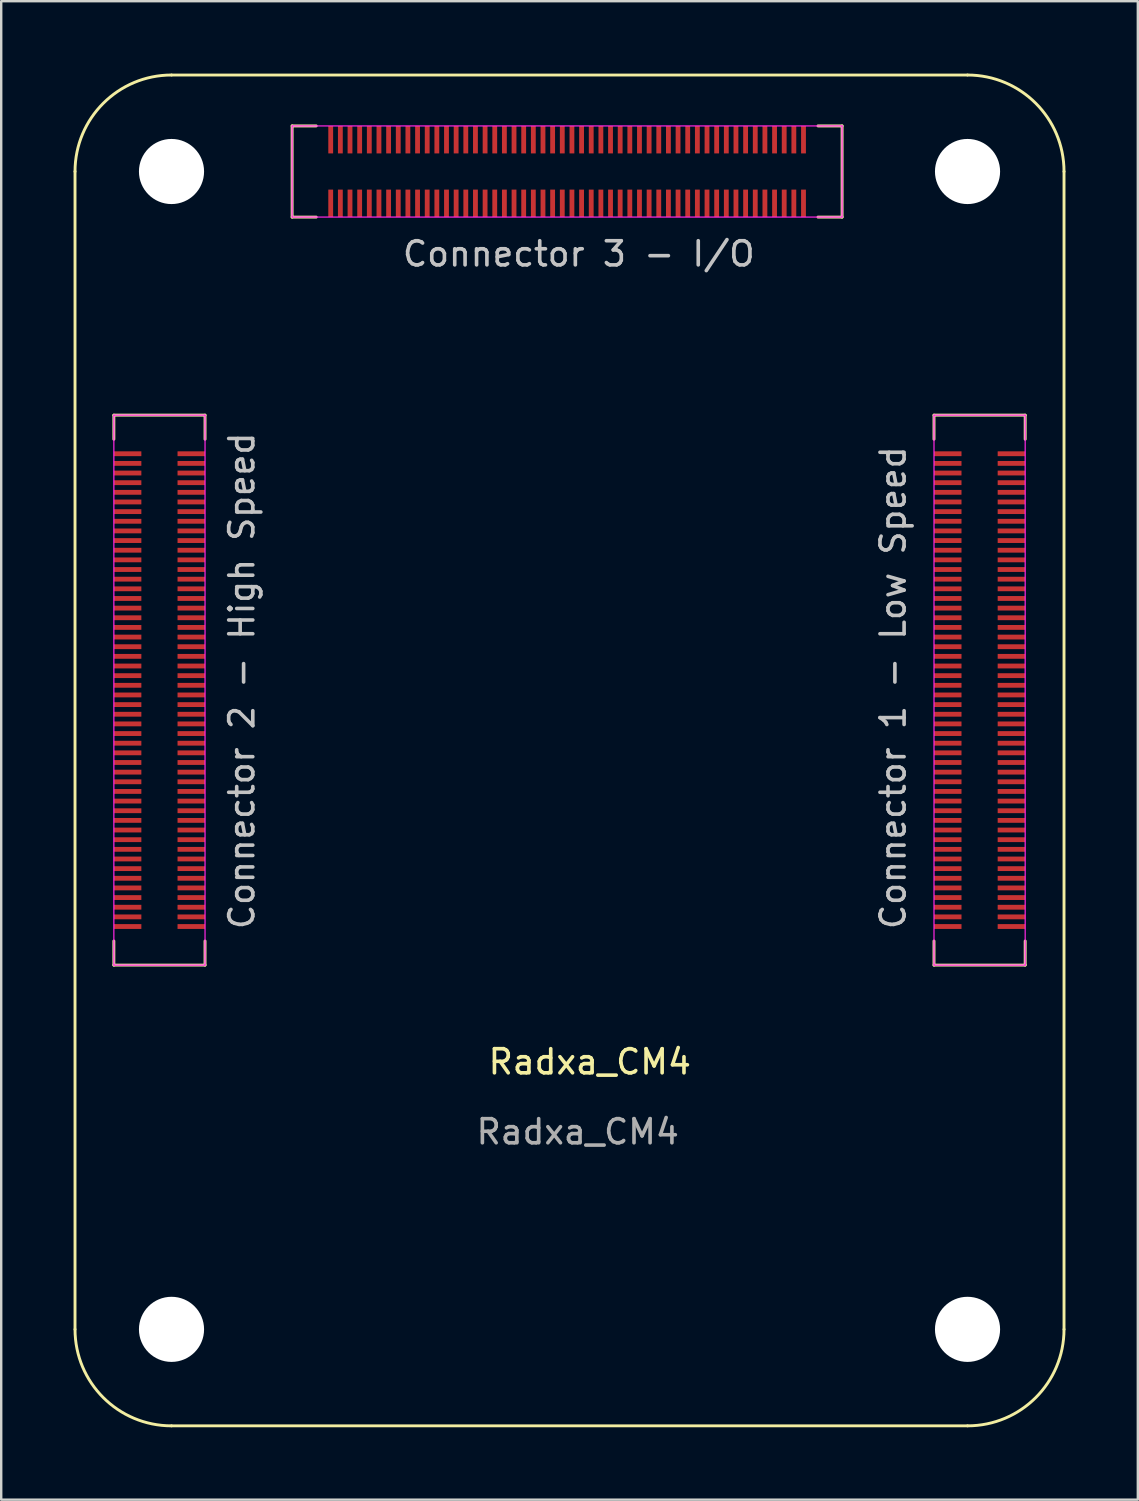
<source format=kicad_pcb>
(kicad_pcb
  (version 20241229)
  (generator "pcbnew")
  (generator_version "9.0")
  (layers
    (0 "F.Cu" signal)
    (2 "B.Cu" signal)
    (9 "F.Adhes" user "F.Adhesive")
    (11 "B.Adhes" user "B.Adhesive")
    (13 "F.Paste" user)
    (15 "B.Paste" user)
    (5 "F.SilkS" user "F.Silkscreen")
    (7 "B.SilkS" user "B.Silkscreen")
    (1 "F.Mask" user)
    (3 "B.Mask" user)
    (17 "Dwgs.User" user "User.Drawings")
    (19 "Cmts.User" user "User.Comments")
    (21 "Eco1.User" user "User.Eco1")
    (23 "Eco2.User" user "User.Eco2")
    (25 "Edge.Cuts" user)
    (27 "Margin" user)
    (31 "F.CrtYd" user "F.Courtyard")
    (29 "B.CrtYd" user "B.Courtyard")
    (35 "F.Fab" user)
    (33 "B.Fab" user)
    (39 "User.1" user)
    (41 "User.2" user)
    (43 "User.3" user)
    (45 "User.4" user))
  (footprint "Radxa_CM4"
    (layer "F.Cu")
    (at 4.06 52.06)
    (property "Reference" "Radxa_CM4" (at 17.34 -11.09 0) (unlocked yes) (layer "F.SilkS") (effects (font (size 1 1) (thickness 0.15))))
    (attr smd)
    (fp_rect (start -2.39 -36.4) (end -1.69 -36.2) (stroke (width 0) (type solid)) (fill yes) (layer "F.Mask"))
    (fp_rect (start -2.39 -36) (end -1.69 -35.8) (stroke (width 0) (type solid)) (fill yes) (layer "F.Mask"))
    (fp_rect (start -2.39 -35.6) (end -1.69 -35.4) (stroke (width 0) (type solid)) (fill yes) (layer "F.Mask"))
    (fp_rect (start -2.39 -35.2) (end -1.69 -35) (stroke (width 0) (type solid)) (fill yes) (layer "F.Mask"))
    (fp_rect (start -2.39 -34.8) (end -1.69 -34.6) (stroke (width 0) (type solid)) (fill yes) (layer "F.Mask"))
    (fp_rect (start -2.39 -34.4) (end -1.69 -34.2) (stroke (width 0) (type solid)) (fill yes) (layer "F.Mask"))
    (fp_rect (start -2.39 -34) (end -1.69 -33.8) (stroke (width 0) (type solid)) (fill yes) (layer "F.Mask"))
    (fp_rect (start -2.39 -33.6) (end -1.69 -33.4) (stroke (width 0) (type solid)) (fill yes) (layer "F.Mask"))
    (fp_rect (start -2.39 -33.2) (end -1.69 -33) (stroke (width 0) (type solid)) (fill yes) (layer "F.Mask"))
    (fp_rect (start -2.39 -32.8) (end -1.69 -32.6) (stroke (width 0) (type solid)) (fill yes) (layer "F.Mask"))
    (fp_rect (start -2.39 -32.4) (end -1.69 -32.2) (stroke (width 0) (type solid)) (fill yes) (layer "F.Mask"))
    (fp_rect (start -2.39 -32) (end -1.69 -31.8) (stroke (width 0) (type solid)) (fill yes) (layer "F.Mask"))
    (fp_rect (start -2.39 -31.6) (end -1.69 -31.4) (stroke (width 0) (type solid)) (fill yes) (layer "F.Mask"))
    (fp_rect (start -2.39 -31.2) (end -1.69 -31) (stroke (width 0) (type solid)) (fill yes) (layer "F.Mask"))
    (fp_rect (start -2.39 -30.8) (end -1.69 -30.6) (stroke (width 0) (type solid)) (fill yes) (layer "F.Mask"))
    (fp_rect (start -2.39 -30.4) (end -1.69 -30.2) (stroke (width 0) (type solid)) (fill yes) (layer "F.Mask"))
    (fp_rect (start -2.39 -30) (end -1.69 -29.8) (stroke (width 0) (type solid)) (fill yes) (layer "F.Mask"))
    (fp_rect (start -2.39 -29.6) (end -1.69 -29.4) (stroke (width 0) (type solid)) (fill yes) (layer "F.Mask"))
    (fp_rect (start -2.39 -29.2) (end -1.69 -29) (stroke (width 0) (type solid)) (fill yes) (layer "F.Mask"))
    (fp_rect (start -2.39 -28.8) (end -1.69 -28.6) (stroke (width 0) (type solid)) (fill yes) (layer "F.Mask"))
    (fp_rect (start -2.39 -28.4) (end -1.69 -28.2) (stroke (width 0) (type solid)) (fill yes) (layer "F.Mask"))
    (fp_rect (start -2.39 -28) (end -1.69 -27.8) (stroke (width 0) (type solid)) (fill yes) (layer "F.Mask"))
    (fp_rect (start -2.39 -27.6) (end -1.69 -27.4) (stroke (width 0) (type solid)) (fill yes) (layer "F.Mask"))
    (fp_rect (start -2.39 -27.2) (end -1.69 -27) (stroke (width 0) (type solid)) (fill yes) (layer "F.Mask"))
    (fp_rect (start -2.39 -26.8) (end -1.69 -26.6) (stroke (width 0) (type solid)) (fill yes) (layer "F.Mask"))
    (fp_rect (start -2.39 -26.4) (end -1.69 -26.2) (stroke (width 0) (type solid)) (fill yes) (layer "F.Mask"))
    (fp_rect (start -2.39 -26) (end -1.69 -25.8) (stroke (width 0) (type solid)) (fill yes) (layer "F.Mask"))
    (fp_rect (start -2.39 -25.6) (end -1.69 -25.4) (stroke (width 0) (type solid)) (fill yes) (layer "F.Mask"))
    (fp_rect (start -2.39 -25.2) (end -1.69 -25) (stroke (width 0) (type solid)) (fill yes) (layer "F.Mask"))
    (fp_rect (start -2.39 -24.8) (end -1.69 -24.6) (stroke (width 0) (type solid)) (fill yes) (layer "F.Mask"))
    (fp_rect (start -2.39 -24.4) (end -1.69 -24.2) (stroke (width 0) (type solid)) (fill yes) (layer "F.Mask"))
    (fp_rect (start -2.39 -24) (end -1.69 -23.8) (stroke (width 0) (type solid)) (fill yes) (layer "F.Mask"))
    (fp_rect (start -2.39 -23.6) (end -1.69 -23.4) (stroke (width 0) (type solid)) (fill yes) (layer "F.Mask"))
    (fp_rect (start -2.39 -23.2) (end -1.69 -23) (stroke (width 0) (type solid)) (fill yes) (layer "F.Mask"))
    (fp_rect (start -2.39 -22.8) (end -1.69 -22.6) (stroke (width 0) (type solid)) (fill yes) (layer "F.Mask"))
    (fp_rect (start -2.39 -22.4) (end -1.69 -22.2) (stroke (width 0) (type solid)) (fill yes) (layer "F.Mask"))
    (fp_rect (start -2.39 -22) (end -1.69 -21.8) (stroke (width 0) (type solid)) (fill yes) (layer "F.Mask"))
    (fp_rect (start -2.39 -21.6) (end -1.69 -21.4) (stroke (width 0) (type solid)) (fill yes) (layer "F.Mask"))
    (fp_rect (start -2.39 -21.2) (end -1.69 -21) (stroke (width 0) (type solid)) (fill yes) (layer "F.Mask"))
    (fp_rect (start -2.39 -20.8) (end -1.69 -20.6) (stroke (width 0) (type solid)) (fill yes) (layer "F.Mask"))
    (fp_rect (start -2.39 -20.4) (end -1.69 -20.2) (stroke (width 0) (type solid)) (fill yes) (layer "F.Mask"))
    (fp_rect (start -2.39 -20) (end -1.69 -19.8) (stroke (width 0) (type solid)) (fill yes) (layer "F.Mask"))
    (fp_rect (start -2.39 -19.6) (end -1.69 -19.4) (stroke (width 0) (type solid)) (fill yes) (layer "F.Mask"))
    (fp_rect (start -2.39 -19.2) (end -1.69 -19) (stroke (width 0) (type solid)) (fill yes) (layer "F.Mask"))
    (fp_rect (start -2.39 -18.8) (end -1.69 -18.6) (stroke (width 0) (type solid)) (fill yes) (layer "F.Mask"))
    (fp_rect (start -2.39 -18.4) (end -1.69 -18.2) (stroke (width 0) (type solid)) (fill yes) (layer "F.Mask"))
    (fp_rect (start -2.39 -18) (end -1.69 -17.8) (stroke (width 0) (type solid)) (fill yes) (layer "F.Mask"))
    (fp_rect (start -2.39 -17.6) (end -1.69 -17.4) (stroke (width 0) (type solid)) (fill yes) (layer "F.Mask"))
    (fp_rect (start -2.39 -17.2) (end -1.69 -17) (stroke (width 0) (type solid)) (fill yes) (layer "F.Mask"))
    (fp_rect (start -2.39 -16.8) (end -1.69 -16.6) (stroke (width 0) (type solid)) (fill yes) (layer "F.Mask"))
    (fp_rect (start 0.69 -36.4) (end 1.39 -36.2) (stroke (width 0) (type solid)) (fill yes) (layer "F.Mask"))
    (fp_rect (start 0.69 -36) (end 1.39 -35.8) (stroke (width 0) (type solid)) (fill yes) (layer "F.Mask"))
    (fp_rect (start 0.69 -35.6) (end 1.39 -35.4) (stroke (width 0) (type solid)) (fill yes) (layer "F.Mask"))
    (fp_rect (start 0.69 -35.2) (end 1.39 -35) (stroke (width 0) (type solid)) (fill yes) (layer "F.Mask"))
    (fp_rect (start 0.69 -34.8) (end 1.39 -34.6) (stroke (width 0) (type solid)) (fill yes) (layer "F.Mask"))
    (fp_rect (start 0.69 -34.4) (end 1.39 -34.2) (stroke (width 0) (type solid)) (fill yes) (layer "F.Mask"))
    (fp_rect (start 0.69 -34) (end 1.39 -33.8) (stroke (width 0) (type solid)) (fill yes) (layer "F.Mask"))
    (fp_rect (start 0.69 -33.6) (end 1.39 -33.4) (stroke (width 0) (type solid)) (fill yes) (layer "F.Mask"))
    (fp_rect (start 0.69 -33.2) (end 1.39 -33) (stroke (width 0) (type solid)) (fill yes) (layer "F.Mask"))
    (fp_rect (start 0.69 -32.8) (end 1.39 -32.6) (stroke (width 0) (type solid)) (fill yes) (layer "F.Mask"))
    (fp_rect (start 0.69 -32.4) (end 1.39 -32.2) (stroke (width 0) (type solid)) (fill yes) (layer "F.Mask"))
    (fp_rect (start 0.69 -32) (end 1.39 -31.8) (stroke (width 0) (type solid)) (fill yes) (layer "F.Mask"))
    (fp_rect (start 0.69 -31.6) (end 1.39 -31.4) (stroke (width 0) (type solid)) (fill yes) (layer "F.Mask"))
    (fp_rect (start 0.69 -31.2) (end 1.39 -31) (stroke (width 0) (type solid)) (fill yes) (layer "F.Mask"))
    (fp_rect (start 0.69 -30.8) (end 1.39 -30.6) (stroke (width 0) (type solid)) (fill yes) (layer "F.Mask"))
    (fp_rect (start 0.69 -30.4) (end 1.39 -30.2) (stroke (width 0) (type solid)) (fill yes) (layer "F.Mask"))
    (fp_rect (start 0.69 -30) (end 1.39 -29.8) (stroke (width 0) (type solid)) (fill yes) (layer "F.Mask"))
    (fp_rect (start 0.69 -29.6) (end 1.39 -29.4) (stroke (width 0) (type solid)) (fill yes) (layer "F.Mask"))
    (fp_rect (start 0.69 -29.2) (end 1.39 -29) (stroke (width 0) (type solid)) (fill yes) (layer "F.Mask"))
    (fp_rect (start 0.69 -28.8) (end 1.39 -28.6) (stroke (width 0) (type solid)) (fill yes) (layer "F.Mask"))
    (fp_rect (start 0.69 -28.4) (end 1.39 -28.2) (stroke (width 0) (type solid)) (fill yes) (layer "F.Mask"))
    (fp_rect (start 0.69 -28) (end 1.39 -27.8) (stroke (width 0) (type solid)) (fill yes) (layer "F.Mask"))
    (fp_rect (start 0.69 -27.6) (end 1.39 -27.4) (stroke (width 0) (type solid)) (fill yes) (layer "F.Mask"))
    (fp_rect (start 0.69 -27.2) (end 1.39 -27) (stroke (width 0) (type solid)) (fill yes) (layer "F.Mask"))
    (fp_rect (start 0.69 -26.8) (end 1.39 -26.6) (stroke (width 0) (type solid)) (fill yes) (layer "F.Mask"))
    (fp_rect (start 0.69 -26.4) (end 1.39 -26.2) (stroke (width 0) (type solid)) (fill yes) (layer "F.Mask"))
    (fp_rect (start 0.69 -26) (end 1.39 -25.8) (stroke (width 0) (type solid)) (fill yes) (layer "F.Mask"))
    (fp_rect (start 0.69 -25.6) (end 1.39 -25.4) (stroke (width 0) (type solid)) (fill yes) (layer "F.Mask"))
    (fp_rect (start 0.69 -25.2) (end 1.39 -25) (stroke (width 0) (type solid)) (fill yes) (layer "F.Mask"))
    (fp_rect (start 0.69 -24.8) (end 1.39 -24.6) (stroke (width 0) (type solid)) (fill yes) (layer "F.Mask"))
    (fp_rect (start 0.69 -24.4) (end 1.39 -24.2) (stroke (width 0) (type solid)) (fill yes) (layer "F.Mask"))
    (fp_rect (start 0.69 -24) (end 1.39 -23.8) (stroke (width 0) (type solid)) (fill yes) (layer "F.Mask"))
    (fp_rect (start 0.69 -23.6) (end 1.39 -23.4) (stroke (width 0) (type solid)) (fill yes) (layer "F.Mask"))
    (fp_rect (start 0.69 -23.2) (end 1.39 -23) (stroke (width 0) (type solid)) (fill yes) (layer "F.Mask"))
    (fp_rect (start 0.69 -22.8) (end 1.39 -22.6) (stroke (width 0) (type solid)) (fill yes) (layer "F.Mask"))
    (fp_rect (start 0.69 -22.4) (end 1.39 -22.2) (stroke (width 0) (type solid)) (fill yes) (layer "F.Mask"))
    (fp_rect (start 0.69 -22) (end 1.39 -21.8) (stroke (width 0) (type solid)) (fill yes) (layer "F.Mask"))
    (fp_rect (start 0.69 -21.6) (end 1.39 -21.4) (stroke (width 0) (type solid)) (fill yes) (layer "F.Mask"))
    (fp_rect (start 0.69 -21.2) (end 1.39 -21) (stroke (width 0) (type solid)) (fill yes) (layer "F.Mask"))
    (fp_rect (start 0.69 -20.8) (end 1.39 -20.6) (stroke (width 0) (type solid)) (fill yes) (layer "F.Mask"))
    (fp_rect (start 0.69 -20.4) (end 1.39 -20.2) (stroke (width 0) (type solid)) (fill yes) (layer "F.Mask"))
    (fp_rect (start 0.69 -20) (end 1.39 -19.8) (stroke (width 0) (type solid)) (fill yes) (layer "F.Mask"))
    (fp_rect (start 0.69 -19.6) (end 1.39 -19.4) (stroke (width 0) (type solid)) (fill yes) (layer "F.Mask"))
    (fp_rect (start 0.69 -19.2) (end 1.39 -19) (stroke (width 0) (type solid)) (fill yes) (layer "F.Mask"))
    (fp_rect (start 0.69 -18.8) (end 1.39 -18.6) (stroke (width 0) (type solid)) (fill yes) (layer "F.Mask"))
    (fp_rect (start 0.69 -18.4) (end 1.39 -18.2) (stroke (width 0) (type solid)) (fill yes) (layer "F.Mask"))
    (fp_rect (start 0.69 -18) (end 1.39 -17.8) (stroke (width 0) (type solid)) (fill yes) (layer "F.Mask"))
    (fp_rect (start 0.69 -17.6) (end 1.39 -17.4) (stroke (width 0) (type solid)) (fill yes) (layer "F.Mask"))
    (fp_rect (start 0.69 -17.2) (end 1.39 -17) (stroke (width 0) (type solid)) (fill yes) (layer "F.Mask"))
    (fp_rect (start 0.69 -16.8) (end 1.39 -16.6) (stroke (width 0) (type solid)) (fill yes) (layer "F.Mask"))
    (fp_rect (start 6.5 -49.89) (end 6.7 -49.19) (stroke (width 0) (type solid)) (fill yes) (layer "F.Mask"))
    (fp_rect (start 6.5 -46.81) (end 6.7 -46.11) (stroke (width 0) (type solid)) (fill yes) (layer "F.Mask"))
    (fp_rect (start 6.9 -49.89) (end 7.1 -49.19) (stroke (width 0) (type solid)) (fill yes) (layer "F.Mask"))
    (fp_rect (start 6.9 -46.81) (end 7.1 -46.11) (stroke (width 0) (type solid)) (fill yes) (layer "F.Mask"))
    (fp_rect (start 7.3 -49.89) (end 7.5 -49.19) (stroke (width 0) (type solid)) (fill yes) (layer "F.Mask"))
    (fp_rect (start 7.3 -46.81) (end 7.5 -46.11) (stroke (width 0) (type solid)) (fill yes) (layer "F.Mask"))
    (fp_rect (start 7.7 -49.89) (end 7.9 -49.19) (stroke (width 0) (type solid)) (fill yes) (layer "F.Mask"))
    (fp_rect (start 7.7 -46.81) (end 7.9 -46.11) (stroke (width 0) (type solid)) (fill yes) (layer "F.Mask"))
    (fp_rect (start 8.1 -49.89) (end 8.3 -49.19) (stroke (width 0) (type solid)) (fill yes) (layer "F.Mask"))
    (fp_rect (start 8.1 -46.81) (end 8.3 -46.11) (stroke (width 0) (type solid)) (fill yes) (layer "F.Mask"))
    (fp_rect (start 8.5 -49.89) (end 8.7 -49.19) (stroke (width 0) (type solid)) (fill yes) (layer "F.Mask"))
    (fp_rect (start 8.5 -46.81) (end 8.7 -46.11) (stroke (width 0) (type solid)) (fill yes) (layer "F.Mask"))
    (fp_rect (start 8.9 -49.89) (end 9.1 -49.19) (stroke (width 0) (type solid)) (fill yes) (layer "F.Mask"))
    (fp_rect (start 8.9 -46.81) (end 9.1 -46.11) (stroke (width 0) (type solid)) (fill yes) (layer "F.Mask"))
    (fp_rect (start 9.3 -49.89) (end 9.5 -49.19) (stroke (width 0) (type solid)) (fill yes) (layer "F.Mask"))
    (fp_rect (start 9.3 -46.81) (end 9.5 -46.11) (stroke (width 0) (type solid)) (fill yes) (layer "F.Mask"))
    (fp_rect (start 9.7 -49.89) (end 9.9 -49.19) (stroke (width 0) (type solid)) (fill yes) (layer "F.Mask"))
    (fp_rect (start 9.7 -46.81) (end 9.9 -46.11) (stroke (width 0) (type solid)) (fill yes) (layer "F.Mask"))
    (fp_rect (start 10.1 -49.89) (end 10.3 -49.19) (stroke (width 0) (type solid)) (fill yes) (layer "F.Mask"))
    (fp_rect (start 10.1 -46.81) (end 10.3 -46.11) (stroke (width 0) (type solid)) (fill yes) (layer "F.Mask"))
    (fp_rect (start 10.5 -49.89) (end 10.7 -49.19) (stroke (width 0) (type solid)) (fill yes) (layer "F.Mask"))
    (fp_rect (start 10.5 -46.81) (end 10.7 -46.11) (stroke (width 0) (type solid)) (fill yes) (layer "F.Mask"))
    (fp_rect (start 10.9 -49.89) (end 11.1 -49.19) (stroke (width 0) (type solid)) (fill yes) (layer "F.Mask"))
    (fp_rect (start 10.9 -46.81) (end 11.1 -46.11) (stroke (width 0) (type solid)) (fill yes) (layer "F.Mask"))
    (fp_rect (start 11.3 -49.89) (end 11.5 -49.19) (stroke (width 0) (type solid)) (fill yes) (layer "F.Mask"))
    (fp_rect (start 11.3 -46.81) (end 11.5 -46.11) (stroke (width 0) (type solid)) (fill yes) (layer "F.Mask"))
    (fp_rect (start 11.7 -49.89) (end 11.9 -49.19) (stroke (width 0) (type solid)) (fill yes) (layer "F.Mask"))
    (fp_rect (start 11.7 -46.81) (end 11.9 -46.11) (stroke (width 0) (type solid)) (fill yes) (layer "F.Mask"))
    (fp_rect (start 12.1 -49.89) (end 12.3 -49.19) (stroke (width 0) (type solid)) (fill yes) (layer "F.Mask"))
    (fp_rect (start 12.1 -46.81) (end 12.3 -46.11) (stroke (width 0) (type solid)) (fill yes) (layer "F.Mask"))
    (fp_rect (start 12.5 -49.89) (end 12.7 -49.19) (stroke (width 0) (type solid)) (fill yes) (layer "F.Mask"))
    (fp_rect (start 12.5 -46.81) (end 12.7 -46.11) (stroke (width 0) (type solid)) (fill yes) (layer "F.Mask"))
    (fp_rect (start 12.9 -49.89) (end 13.1 -49.19) (stroke (width 0) (type solid)) (fill yes) (layer "F.Mask"))
    (fp_rect (start 12.9 -46.81) (end 13.1 -46.11) (stroke (width 0) (type solid)) (fill yes) (layer "F.Mask"))
    (fp_rect (start 13.3 -49.89) (end 13.5 -49.19) (stroke (width 0) (type solid)) (fill yes) (layer "F.Mask"))
    (fp_rect (start 13.3 -46.81) (end 13.5 -46.11) (stroke (width 0) (type solid)) (fill yes) (layer "F.Mask"))
    (fp_rect (start 13.7 -49.89) (end 13.9 -49.19) (stroke (width 0) (type solid)) (fill yes) (layer "F.Mask"))
    (fp_rect (start 13.7 -46.81) (end 13.9 -46.11) (stroke (width 0) (type solid)) (fill yes) (layer "F.Mask"))
    (fp_rect (start 14.1 -49.89) (end 14.3 -49.19) (stroke (width 0) (type solid)) (fill yes) (layer "F.Mask"))
    (fp_rect (start 14.1 -46.81) (end 14.3 -46.11) (stroke (width 0) (type solid)) (fill yes) (layer "F.Mask"))
    (fp_rect (start 14.5 -49.89) (end 14.7 -49.19) (stroke (width 0) (type solid)) (fill yes) (layer "F.Mask"))
    (fp_rect (start 14.5 -46.81) (end 14.7 -46.11) (stroke (width 0) (type solid)) (fill yes) (layer "F.Mask"))
    (fp_rect (start 14.9 -49.89) (end 15.1 -49.19) (stroke (width 0) (type solid)) (fill yes) (layer "F.Mask"))
    (fp_rect (start 14.9 -46.81) (end 15.1 -46.11) (stroke (width 0) (type solid)) (fill yes) (layer "F.Mask"))
    (fp_rect (start 15.3 -49.89) (end 15.5 -49.19) (stroke (width 0) (type solid)) (fill yes) (layer "F.Mask"))
    (fp_rect (start 15.3 -46.81) (end 15.5 -46.11) (stroke (width 0) (type solid)) (fill yes) (layer "F.Mask"))
    (fp_rect (start 15.7 -49.89) (end 15.9 -49.19) (stroke (width 0) (type solid)) (fill yes) (layer "F.Mask"))
    (fp_rect (start 15.7 -46.81) (end 15.9 -46.11) (stroke (width 0) (type solid)) (fill yes) (layer "F.Mask"))
    (fp_rect (start 16.1 -49.89) (end 16.3 -49.19) (stroke (width 0) (type solid)) (fill yes) (layer "F.Mask"))
    (fp_rect (start 16.1 -46.81) (end 16.3 -46.11) (stroke (width 0) (type solid)) (fill yes) (layer "F.Mask"))
    (fp_rect (start 16.5 -49.89) (end 16.7 -49.19) (stroke (width 0) (type solid)) (fill yes) (layer "F.Mask"))
    (fp_rect (start 16.5 -46.81) (end 16.7 -46.11) (stroke (width 0) (type solid)) (fill yes) (layer "F.Mask"))
    (fp_rect (start 16.9 -49.89) (end 17.1 -49.19) (stroke (width 0) (type solid)) (fill yes) (layer "F.Mask"))
    (fp_rect (start 16.9 -46.81) (end 17.1 -46.11) (stroke (width 0) (type solid)) (fill yes) (layer "F.Mask"))
    (fp_rect (start 17.3 -49.89) (end 17.5 -49.19) (stroke (width 0) (type solid)) (fill yes) (layer "F.Mask"))
    (fp_rect (start 17.3 -46.81) (end 17.5 -46.11) (stroke (width 0) (type solid)) (fill yes) (layer "F.Mask"))
    (fp_rect (start 17.7 -49.89) (end 17.9 -49.19) (stroke (width 0) (type solid)) (fill yes) (layer "F.Mask"))
    (fp_rect (start 17.7 -46.81) (end 17.9 -46.11) (stroke (width 0) (type solid)) (fill yes) (layer "F.Mask"))
    (fp_rect (start 18.1 -49.89) (end 18.3 -49.19) (stroke (width 0) (type solid)) (fill yes) (layer "F.Mask"))
    (fp_rect (start 18.1 -46.81) (end 18.3 -46.11) (stroke (width 0) (type solid)) (fill yes) (layer "F.Mask"))
    (fp_rect (start 18.5 -49.89) (end 18.7 -49.19) (stroke (width 0) (type solid)) (fill yes) (layer "F.Mask"))
    (fp_rect (start 18.5 -46.81) (end 18.7 -46.11) (stroke (width 0) (type solid)) (fill yes) (layer "F.Mask"))
    (fp_rect (start 18.9 -49.89) (end 19.1 -49.19) (stroke (width 0) (type solid)) (fill yes) (layer "F.Mask"))
    (fp_rect (start 18.9 -46.81) (end 19.1 -46.11) (stroke (width 0) (type solid)) (fill yes) (layer "F.Mask"))
    (fp_rect (start 19.3 -49.89) (end 19.5 -49.19) (stroke (width 0) (type solid)) (fill yes) (layer "F.Mask"))
    (fp_rect (start 19.3 -46.81) (end 19.5 -46.11) (stroke (width 0) (type solid)) (fill yes) (layer "F.Mask"))
    (fp_rect (start 19.7 -49.89) (end 19.9 -49.19) (stroke (width 0) (type solid)) (fill yes) (layer "F.Mask"))
    (fp_rect (start 19.7 -46.81) (end 19.9 -46.11) (stroke (width 0) (type solid)) (fill yes) (layer "F.Mask"))
    (fp_rect (start 20.1 -49.89) (end 20.3 -49.19) (stroke (width 0) (type solid)) (fill yes) (layer "F.Mask"))
    (fp_rect (start 20.1 -46.81) (end 20.3 -46.11) (stroke (width 0) (type solid)) (fill yes) (layer "F.Mask"))
    (fp_rect (start 20.5 -49.89) (end 20.7 -49.19) (stroke (width 0) (type solid)) (fill yes) (layer "F.Mask"))
    (fp_rect (start 20.5 -46.81) (end 20.7 -46.11) (stroke (width 0) (type solid)) (fill yes) (layer "F.Mask"))
    (fp_rect (start 20.9 -49.89) (end 21.1 -49.19) (stroke (width 0) (type solid)) (fill yes) (layer "F.Mask"))
    (fp_rect (start 20.9 -46.81) (end 21.1 -46.11) (stroke (width 0) (type solid)) (fill yes) (layer "F.Mask"))
    (fp_rect (start 21.3 -49.89) (end 21.5 -49.19) (stroke (width 0) (type solid)) (fill yes) (layer "F.Mask"))
    (fp_rect (start 21.3 -46.81) (end 21.5 -46.11) (stroke (width 0) (type solid)) (fill yes) (layer "F.Mask"))
    (fp_rect (start 21.7 -49.89) (end 21.9 -49.19) (stroke (width 0) (type solid)) (fill yes) (layer "F.Mask"))
    (fp_rect (start 21.7 -46.81) (end 21.9 -46.11) (stroke (width 0) (type solid)) (fill yes) (layer "F.Mask"))
    (fp_rect (start 22.1 -49.89) (end 22.3 -49.19) (stroke (width 0) (type solid)) (fill yes) (layer "F.Mask"))
    (fp_rect (start 22.1 -46.81) (end 22.3 -46.11) (stroke (width 0) (type solid)) (fill yes) (layer "F.Mask"))
    (fp_rect (start 22.5 -49.89) (end 22.7 -49.19) (stroke (width 0) (type solid)) (fill yes) (layer "F.Mask"))
    (fp_rect (start 22.5 -46.81) (end 22.7 -46.11) (stroke (width 0) (type solid)) (fill yes) (layer "F.Mask"))
    (fp_rect (start 22.9 -49.89) (end 23.1 -49.19) (stroke (width 0) (type solid)) (fill yes) (layer "F.Mask"))
    (fp_rect (start 22.9 -46.81) (end 23.1 -46.11) (stroke (width 0) (type solid)) (fill yes) (layer "F.Mask"))
    (fp_rect (start 23.3 -49.89) (end 23.5 -49.19) (stroke (width 0) (type solid)) (fill yes) (layer "F.Mask"))
    (fp_rect (start 23.3 -46.81) (end 23.5 -46.11) (stroke (width 0) (type solid)) (fill yes) (layer "F.Mask"))
    (fp_rect (start 23.7 -49.89) (end 23.9 -49.19) (stroke (width 0) (type solid)) (fill yes) (layer "F.Mask"))
    (fp_rect (start 23.7 -46.81) (end 23.9 -46.11) (stroke (width 0) (type solid)) (fill yes) (layer "F.Mask"))
    (fp_rect (start 24.1 -49.89) (end 24.3 -49.19) (stroke (width 0) (type solid)) (fill yes) (layer "F.Mask"))
    (fp_rect (start 24.1 -46.81) (end 24.3 -46.11) (stroke (width 0) (type solid)) (fill yes) (layer "F.Mask"))
    (fp_rect (start 24.5 -49.89) (end 24.7 -49.19) (stroke (width 0) (type solid)) (fill yes) (layer "F.Mask"))
    (fp_rect (start 24.5 -46.81) (end 24.7 -46.11) (stroke (width 0) (type solid)) (fill yes) (layer "F.Mask"))
    (fp_rect (start 24.9 -49.89) (end 25.1 -49.19) (stroke (width 0) (type solid)) (fill yes) (layer "F.Mask"))
    (fp_rect (start 24.9 -46.81) (end 25.1 -46.11) (stroke (width 0) (type solid)) (fill yes) (layer "F.Mask"))
    (fp_rect (start 25.3 -49.89) (end 25.5 -49.19) (stroke (width 0) (type solid)) (fill yes) (layer "F.Mask"))
    (fp_rect (start 25.3 -46.81) (end 25.5 -46.11) (stroke (width 0) (type solid)) (fill yes) (layer "F.Mask"))
    (fp_rect (start 25.7 -49.89) (end 25.9 -49.19) (stroke (width 0) (type solid)) (fill yes) (layer "F.Mask"))
    (fp_rect (start 25.7 -46.81) (end 25.9 -46.11) (stroke (width 0) (type solid)) (fill yes) (layer "F.Mask"))
    (fp_rect (start 26.1 -49.89) (end 26.3 -49.19) (stroke (width 0) (type solid)) (fill yes) (layer "F.Mask"))
    (fp_rect (start 26.1 -46.81) (end 26.3 -46.11) (stroke (width 0) (type solid)) (fill yes) (layer "F.Mask"))
    (fp_rect (start 31.61 -36.4) (end 32.31 -36.2) (stroke (width 0) (type solid)) (fill yes) (layer "F.Mask"))
    (fp_rect (start 31.61 -36) (end 32.31 -35.8) (stroke (width 0) (type solid)) (fill yes) (layer "F.Mask"))
    (fp_rect (start 31.61 -35.6) (end 32.31 -35.4) (stroke (width 0) (type solid)) (fill yes) (layer "F.Mask"))
    (fp_rect (start 31.61 -35.2) (end 32.31 -35) (stroke (width 0) (type solid)) (fill yes) (layer "F.Mask"))
    (fp_rect (start 31.61 -34.8) (end 32.31 -34.6) (stroke (width 0) (type solid)) (fill yes) (layer "F.Mask"))
    (fp_rect (start 31.61 -34.4) (end 32.31 -34.2) (stroke (width 0) (type solid)) (fill yes) (layer "F.Mask"))
    (fp_rect (start 31.61 -34) (end 32.31 -33.8) (stroke (width 0) (type solid)) (fill yes) (layer "F.Mask"))
    (fp_rect (start 31.61 -33.6) (end 32.31 -33.4) (stroke (width 0) (type solid)) (fill yes) (layer "F.Mask"))
    (fp_rect (start 31.61 -33.2) (end 32.31 -33) (stroke (width 0) (type solid)) (fill yes) (layer "F.Mask"))
    (fp_rect (start 31.61 -32.8) (end 32.31 -32.6) (stroke (width 0) (type solid)) (fill yes) (layer "F.Mask"))
    (fp_rect (start 31.61 -32.4) (end 32.31 -32.2) (stroke (width 0) (type solid)) (fill yes) (layer "F.Mask"))
    (fp_rect (start 31.61 -32) (end 32.31 -31.8) (stroke (width 0) (type solid)) (fill yes) (layer "F.Mask"))
    (fp_rect (start 31.61 -31.6) (end 32.31 -31.4) (stroke (width 0) (type solid)) (fill yes) (layer "F.Mask"))
    (fp_rect (start 31.61 -31.2) (end 32.31 -31) (stroke (width 0) (type solid)) (fill yes) (layer "F.Mask"))
    (fp_rect (start 31.61 -30.8) (end 32.31 -30.6) (stroke (width 0) (type solid)) (fill yes) (layer "F.Mask"))
    (fp_rect (start 31.61 -30.4) (end 32.31 -30.2) (stroke (width 0) (type solid)) (fill yes) (layer "F.Mask"))
    (fp_rect (start 31.61 -30) (end 32.31 -29.8) (stroke (width 0) (type solid)) (fill yes) (layer "F.Mask"))
    (fp_rect (start 31.61 -29.6) (end 32.31 -29.4) (stroke (width 0) (type solid)) (fill yes) (layer "F.Mask"))
    (fp_rect (start 31.61 -29.2) (end 32.31 -29) (stroke (width 0) (type solid)) (fill yes) (layer "F.Mask"))
    (fp_rect (start 31.61 -28.8) (end 32.31 -28.6) (stroke (width 0) (type solid)) (fill yes) (layer "F.Mask"))
    (fp_rect (start 31.61 -28.4) (end 32.31 -28.2) (stroke (width 0) (type solid)) (fill yes) (layer "F.Mask"))
    (fp_rect (start 31.61 -28) (end 32.31 -27.8) (stroke (width 0) (type solid)) (fill yes) (layer "F.Mask"))
    (fp_rect (start 31.61 -27.6) (end 32.31 -27.4) (stroke (width 0) (type solid)) (fill yes) (layer "F.Mask"))
    (fp_rect (start 31.61 -27.2) (end 32.31 -27) (stroke (width 0) (type solid)) (fill yes) (layer "F.Mask"))
    (fp_rect (start 31.61 -26.8) (end 32.31 -26.6) (stroke (width 0) (type solid)) (fill yes) (layer "F.Mask"))
    (fp_rect (start 31.61 -26.4) (end 32.31 -26.2) (stroke (width 0) (type solid)) (fill yes) (layer "F.Mask"))
    (fp_rect (start 31.61 -26) (end 32.31 -25.8) (stroke (width 0) (type solid)) (fill yes) (layer "F.Mask"))
    (fp_rect (start 31.61 -25.6) (end 32.31 -25.4) (stroke (width 0) (type solid)) (fill yes) (layer "F.Mask"))
    (fp_rect (start 31.61 -25.2) (end 32.31 -25) (stroke (width 0) (type solid)) (fill yes) (layer "F.Mask"))
    (fp_rect (start 31.61 -24.8) (end 32.31 -24.6) (stroke (width 0) (type solid)) (fill yes) (layer "F.Mask"))
    (fp_rect (start 31.61 -24.4) (end 32.31 -24.2) (stroke (width 0) (type solid)) (fill yes) (layer "F.Mask"))
    (fp_rect (start 31.61 -24) (end 32.31 -23.8) (stroke (width 0) (type solid)) (fill yes) (layer "F.Mask"))
    (fp_rect (start 31.61 -23.6) (end 32.31 -23.4) (stroke (width 0) (type solid)) (fill yes) (layer "F.Mask"))
    (fp_rect (start 31.61 -23.2) (end 32.31 -23) (stroke (width 0) (type solid)) (fill yes) (layer "F.Mask"))
    (fp_rect (start 31.61 -22.8) (end 32.31 -22.6) (stroke (width 0) (type solid)) (fill yes) (layer "F.Mask"))
    (fp_rect (start 31.61 -22.4) (end 32.31 -22.2) (stroke (width 0) (type solid)) (fill yes) (layer "F.Mask"))
    (fp_rect (start 31.61 -22) (end 32.31 -21.8) (stroke (width 0) (type solid)) (fill yes) (layer "F.Mask"))
    (fp_rect (start 31.61 -21.6) (end 32.31 -21.4) (stroke (width 0) (type solid)) (fill yes) (layer "F.Mask"))
    (fp_rect (start 31.61 -21.2) (end 32.31 -21) (stroke (width 0) (type solid)) (fill yes) (layer "F.Mask"))
    (fp_rect (start 31.61 -20.8) (end 32.31 -20.6) (stroke (width 0) (type solid)) (fill yes) (layer "F.Mask"))
    (fp_rect (start 31.61 -20.4) (end 32.31 -20.2) (stroke (width 0) (type solid)) (fill yes) (layer "F.Mask"))
    (fp_rect (start 31.61 -20) (end 32.31 -19.8) (stroke (width 0) (type solid)) (fill yes) (layer "F.Mask"))
    (fp_rect (start 31.61 -19.6) (end 32.31 -19.4) (stroke (width 0) (type solid)) (fill yes) (layer "F.Mask"))
    (fp_rect (start 31.61 -19.2) (end 32.31 -19) (stroke (width 0) (type solid)) (fill yes) (layer "F.Mask"))
    (fp_rect (start 31.61 -18.8) (end 32.31 -18.6) (stroke (width 0) (type solid)) (fill yes) (layer "F.Mask"))
    (fp_rect (start 31.61 -18.4) (end 32.31 -18.2) (stroke (width 0) (type solid)) (fill yes) (layer "F.Mask"))
    (fp_rect (start 31.61 -18) (end 32.31 -17.8) (stroke (width 0) (type solid)) (fill yes) (layer "F.Mask"))
    (fp_rect (start 31.61 -17.6) (end 32.31 -17.4) (stroke (width 0) (type solid)) (fill yes) (layer "F.Mask"))
    (fp_rect (start 31.61 -17.2) (end 32.31 -17) (stroke (width 0) (type solid)) (fill yes) (layer "F.Mask"))
    (fp_rect (start 31.61 -16.8) (end 32.31 -16.6) (stroke (width 0) (type solid)) (fill yes) (layer "F.Mask"))
    (fp_rect (start 34.69 -36.4) (end 35.39 -36.2) (stroke (width 0) (type solid)) (fill yes) (layer "F.Mask"))
    (fp_rect (start 34.69 -36) (end 35.39 -35.8) (stroke (width 0) (type solid)) (fill yes) (layer "F.Mask"))
    (fp_rect (start 34.69 -35.6) (end 35.39 -35.4) (stroke (width 0) (type solid)) (fill yes) (layer "F.Mask"))
    (fp_rect (start 34.69 -35.2) (end 35.39 -35) (stroke (width 0) (type solid)) (fill yes) (layer "F.Mask"))
    (fp_rect (start 34.69 -34.8) (end 35.39 -34.6) (stroke (width 0) (type solid)) (fill yes) (layer "F.Mask"))
    (fp_rect (start 34.69 -34.4) (end 35.39 -34.2) (stroke (width 0) (type solid)) (fill yes) (layer "F.Mask"))
    (fp_rect (start 34.69 -34) (end 35.39 -33.8) (stroke (width 0) (type solid)) (fill yes) (layer "F.Mask"))
    (fp_rect (start 34.69 -33.6) (end 35.39 -33.4) (stroke (width 0) (type solid)) (fill yes) (layer "F.Mask"))
    (fp_rect (start 34.69 -33.2) (end 35.39 -33) (stroke (width 0) (type solid)) (fill yes) (layer "F.Mask"))
    (fp_rect (start 34.69 -32.8) (end 35.39 -32.6) (stroke (width 0) (type solid)) (fill yes) (layer "F.Mask"))
    (fp_rect (start 34.69 -32.4) (end 35.39 -32.2) (stroke (width 0) (type solid)) (fill yes) (layer "F.Mask"))
    (fp_rect (start 34.69 -32) (end 35.39 -31.8) (stroke (width 0) (type solid)) (fill yes) (layer "F.Mask"))
    (fp_rect (start 34.69 -31.6) (end 35.39 -31.4) (stroke (width 0) (type solid)) (fill yes) (layer "F.Mask"))
    (fp_rect (start 34.69 -31.2) (end 35.39 -31) (stroke (width 0) (type solid)) (fill yes) (layer "F.Mask"))
    (fp_rect (start 34.69 -30.8) (end 35.39 -30.6) (stroke (width 0) (type solid)) (fill yes) (layer "F.Mask"))
    (fp_rect (start 34.69 -30.4) (end 35.39 -30.2) (stroke (width 0) (type solid)) (fill yes) (layer "F.Mask"))
    (fp_rect (start 34.69 -30) (end 35.39 -29.8) (stroke (width 0) (type solid)) (fill yes) (layer "F.Mask"))
    (fp_rect (start 34.69 -29.6) (end 35.39 -29.4) (stroke (width 0) (type solid)) (fill yes) (layer "F.Mask"))
    (fp_rect (start 34.69 -29.2) (end 35.39 -29) (stroke (width 0) (type solid)) (fill yes) (layer "F.Mask"))
    (fp_rect (start 34.69 -28.8) (end 35.39 -28.6) (stroke (width 0) (type solid)) (fill yes) (layer "F.Mask"))
    (fp_rect (start 34.69 -28.4) (end 35.39 -28.2) (stroke (width 0) (type solid)) (fill yes) (layer "F.Mask"))
    (fp_rect (start 34.69 -28) (end 35.39 -27.8) (stroke (width 0) (type solid)) (fill yes) (layer "F.Mask"))
    (fp_rect (start 34.69 -27.6) (end 35.39 -27.4) (stroke (width 0) (type solid)) (fill yes) (layer "F.Mask"))
    (fp_rect (start 34.69 -27.2) (end 35.39 -27) (stroke (width 0) (type solid)) (fill yes) (layer "F.Mask"))
    (fp_rect (start 34.69 -26.8) (end 35.39 -26.6) (stroke (width 0) (type solid)) (fill yes) (layer "F.Mask"))
    (fp_rect (start 34.69 -26.4) (end 35.39 -26.2) (stroke (width 0) (type solid)) (fill yes) (layer "F.Mask"))
    (fp_rect (start 34.69 -26) (end 35.39 -25.8) (stroke (width 0) (type solid)) (fill yes) (layer "F.Mask"))
    (fp_rect (start 34.69 -25.6) (end 35.39 -25.4) (stroke (width 0) (type solid)) (fill yes) (layer "F.Mask"))
    (fp_rect (start 34.69 -25.2) (end 35.39 -25) (stroke (width 0) (type solid)) (fill yes) (layer "F.Mask"))
    (fp_rect (start 34.69 -24.8) (end 35.39 -24.6) (stroke (width 0) (type solid)) (fill yes) (layer "F.Mask"))
    (fp_rect (start 34.69 -24.4) (end 35.39 -24.2) (stroke (width 0) (type solid)) (fill yes) (layer "F.Mask"))
    (fp_rect (start 34.69 -24) (end 35.39 -23.8) (stroke (width 0) (type solid)) (fill yes) (layer "F.Mask"))
    (fp_rect (start 34.69 -23.6) (end 35.39 -23.4) (stroke (width 0) (type solid)) (fill yes) (layer "F.Mask"))
    (fp_rect (start 34.69 -23.2) (end 35.39 -23) (stroke (width 0) (type solid)) (fill yes) (layer "F.Mask"))
    (fp_rect (start 34.69 -22.8) (end 35.39 -22.6) (stroke (width 0) (type solid)) (fill yes) (layer "F.Mask"))
    (fp_rect (start 34.69 -22.4) (end 35.39 -22.2) (stroke (width 0) (type solid)) (fill yes) (layer "F.Mask"))
    (fp_rect (start 34.69 -22) (end 35.39 -21.8) (stroke (width 0) (type solid)) (fill yes) (layer "F.Mask"))
    (fp_rect (start 34.69 -21.6) (end 35.39 -21.4) (stroke (width 0) (type solid)) (fill yes) (layer "F.Mask"))
    (fp_rect (start 34.69 -21.2) (end 35.39 -21) (stroke (width 0) (type solid)) (fill yes) (layer "F.Mask"))
    (fp_rect (start 34.69 -20.8) (end 35.39 -20.6) (stroke (width 0) (type solid)) (fill yes) (layer "F.Mask"))
    (fp_rect (start 34.69 -20.4) (end 35.39 -20.2) (stroke (width 0) (type solid)) (fill yes) (layer "F.Mask"))
    (fp_rect (start 34.69 -20) (end 35.39 -19.8) (stroke (width 0) (type solid)) (fill yes) (layer "F.Mask"))
    (fp_rect (start 34.69 -19.6) (end 35.39 -19.4) (stroke (width 0) (type solid)) (fill yes) (layer "F.Mask"))
    (fp_rect (start 34.69 -19.2) (end 35.39 -19) (stroke (width 0) (type solid)) (fill yes) (layer "F.Mask"))
    (fp_rect (start 34.69 -18.8) (end 35.39 -18.6) (stroke (width 0) (type solid)) (fill yes) (layer "F.Mask"))
    (fp_rect (start 34.69 -18.4) (end 35.39 -18.2) (stroke (width 0) (type solid)) (fill yes) (layer "F.Mask"))
    (fp_rect (start 34.69 -18) (end 35.39 -17.8) (stroke (width 0) (type solid)) (fill yes) (layer "F.Mask"))
    (fp_rect (start 34.69 -17.6) (end 35.39 -17.4) (stroke (width 0) (type solid)) (fill yes) (layer "F.Mask"))
    (fp_rect (start 34.69 -17.2) (end 35.39 -17) (stroke (width 0) (type solid)) (fill yes) (layer "F.Mask"))
    (fp_rect (start 34.69 -16.8) (end 35.39 -16.6) (stroke (width 0) (type solid)) (fill yes) (layer "F.Mask"))
    (fp_line (start -4 -48) (end -4 0) (stroke (width 0.12) (type default)) (layer "F.SilkS"))
    (fp_line (start -2.39 -37.9) (end -2.39 -36.9) (stroke (width 0.12) (type default)) (layer "F.SilkS"))
    (fp_line (start -2.39 -37.9) (end 1.39 -37.9) (stroke (width 0.12) (type default)) (layer "F.SilkS"))
    (fp_line (start -2.39 -15.1) (end -2.39 -16.1) (stroke (width 0.12) (type default)) (layer "F.SilkS"))
    (fp_line (start -2.39 -15.1) (end 1.39 -15.1) (stroke (width 0.12) (type default)) (layer "F.SilkS"))
    (fp_line (start 0 -52) (end 33 -52) (stroke (width 0.12) (type default)) (layer "F.SilkS"))
    (fp_line (start 0 4) (end 33 4) (stroke (width 0.12) (type default)) (layer "F.SilkS"))
    (fp_line (start 1.39 -37.9) (end 1.39 -36.9) (stroke (width 0.12) (type default)) (layer "F.SilkS"))
    (fp_line (start 1.39 -15.1) (end 1.39 -16.1) (stroke (width 0.12) (type default)) (layer "F.SilkS"))
    (fp_line (start 5 -49.89) (end 6 -49.89) (stroke (width 0.12) (type default)) (layer "F.SilkS"))
    (fp_line (start 5 -46.11) (end 5 -49.89) (stroke (width 0.12) (type default)) (layer "F.SilkS"))
    (fp_line (start 5 -46.11) (end 6 -46.11) (stroke (width 0.12) (type default)) (layer "F.SilkS"))
    (fp_line (start 27.8 -49.89) (end 26.8 -49.89) (stroke (width 0.12) (type default)) (layer "F.SilkS"))
    (fp_line (start 27.8 -46.11) (end 26.8 -46.11) (stroke (width 0.12) (type default)) (layer "F.SilkS"))
    (fp_line (start 27.8 -46.11) (end 27.8 -49.89) (stroke (width 0.12) (type default)) (layer "F.SilkS"))
    (fp_line (start 31.61 -37.9) (end 31.61 -36.9) (stroke (width 0.12) (type default)) (layer "F.SilkS"))
    (fp_line (start 31.61 -37.9) (end 35.39 -37.9) (stroke (width 0.12) (type default)) (layer "F.SilkS"))
    (fp_line (start 31.61 -15.1) (end 31.61 -16.1) (stroke (width 0.12) (type default)) (layer "F.SilkS"))
    (fp_line (start 31.61 -15.1) (end 35.39 -15.1) (stroke (width 0.12) (type default)) (layer "F.SilkS"))
    (fp_line (start 35.39 -37.9) (end 35.39 -36.9) (stroke (width 0.12) (type default)) (layer "F.SilkS"))
    (fp_line (start 35.39 -15.1) (end 35.39 -16.1) (stroke (width 0.12) (type default)) (layer "F.SilkS"))
    (fp_line (start 37 -48) (end 37 0) (stroke (width 0.12) (type default)) (layer "F.SilkS"))
    (fp_arc (start -4 -48) (mid -2.828427 -50.828427) (end 0 -52) (stroke (width 0.12) (type default)) (layer "F.SilkS"))
    (fp_arc (start 0 4) (mid -2.828427 2.828427) (end -4 0) (stroke (width 0.12) (type default)) (layer "F.SilkS"))
    (fp_arc (start 33 -52) (mid 35.828427 -50.828427) (end 37 -48) (stroke (width 0.12) (type default)) (layer "F.SilkS"))
    (fp_arc (start 37 0) (mid 35.828427 2.828427) (end 33 4) (stroke (width 0.12) (type default)) (layer "F.SilkS"))
    (fp_rect (start -2.32 -36.38) (end -1.76 -36.22) (stroke (width 0) (type solid)) (fill yes) (layer "F.Paste"))
    (fp_rect (start -2.32 -35.98) (end -1.76 -35.82) (stroke (width 0) (type solid)) (fill yes) (layer "F.Paste"))
    (fp_rect (start -2.32 -35.58) (end -1.76 -35.42) (stroke (width 0) (type solid)) (fill yes) (layer "F.Paste"))
    (fp_rect (start -2.32 -35.18) (end -1.76 -35.02) (stroke (width 0) (type solid)) (fill yes) (layer "F.Paste"))
    (fp_rect (start -2.32 -34.78) (end -1.76 -34.62) (stroke (width 0) (type solid)) (fill yes) (layer "F.Paste"))
    (fp_rect (start -2.32 -34.38) (end -1.76 -34.22) (stroke (width 0) (type solid)) (fill yes) (layer "F.Paste"))
    (fp_rect (start -2.32 -33.98) (end -1.76 -33.82) (stroke (width 0) (type solid)) (fill yes) (layer "F.Paste"))
    (fp_rect (start -2.32 -33.58) (end -1.76 -33.42) (stroke (width 0) (type solid)) (fill yes) (layer "F.Paste"))
    (fp_rect (start -2.32 -33.18) (end -1.76 -33.02) (stroke (width 0) (type solid)) (fill yes) (layer "F.Paste"))
    (fp_rect (start -2.32 -32.78) (end -1.76 -32.62) (stroke (width 0) (type solid)) (fill yes) (layer "F.Paste"))
    (fp_rect (start -2.32 -32.38) (end -1.76 -32.22) (stroke (width 0) (type solid)) (fill yes) (layer "F.Paste"))
    (fp_rect (start -2.32 -31.98) (end -1.76 -31.82) (stroke (width 0) (type solid)) (fill yes) (layer "F.Paste"))
    (fp_rect (start -2.32 -31.58) (end -1.76 -31.42) (stroke (width 0) (type solid)) (fill yes) (layer "F.Paste"))
    (fp_rect (start -2.32 -31.18) (end -1.76 -31.02) (stroke (width 0) (type solid)) (fill yes) (layer "F.Paste"))
    (fp_rect (start -2.32 -30.78) (end -1.76 -30.62) (stroke (width 0) (type solid)) (fill yes) (layer "F.Paste"))
    (fp_rect (start -2.32 -30.38) (end -1.76 -30.22) (stroke (width 0) (type solid)) (fill yes) (layer "F.Paste"))
    (fp_rect (start -2.32 -29.98) (end -1.76 -29.82) (stroke (width 0) (type solid)) (fill yes) (layer "F.Paste"))
    (fp_rect (start -2.32 -29.58) (end -1.76 -29.42) (stroke (width 0) (type solid)) (fill yes) (layer "F.Paste"))
    (fp_rect (start -2.32 -29.18) (end -1.76 -29.02) (stroke (width 0) (type solid)) (fill yes) (layer "F.Paste"))
    (fp_rect (start -2.32 -28.78) (end -1.76 -28.62) (stroke (width 0) (type solid)) (fill yes) (layer "F.Paste"))
    (fp_rect (start -2.32 -28.38) (end -1.76 -28.22) (stroke (width 0) (type solid)) (fill yes) (layer "F.Paste"))
    (fp_rect (start -2.32 -27.98) (end -1.76 -27.82) (stroke (width 0) (type solid)) (fill yes) (layer "F.Paste"))
    (fp_rect (start -2.32 -27.58) (end -1.76 -27.42) (stroke (width 0) (type solid)) (fill yes) (layer "F.Paste"))
    (fp_rect (start -2.32 -27.18) (end -1.76 -27.02) (stroke (width 0) (type solid)) (fill yes) (layer "F.Paste"))
    (fp_rect (start -2.32 -26.78) (end -1.76 -26.62) (stroke (width 0) (type solid)) (fill yes) (layer "F.Paste"))
    (fp_rect (start -2.32 -26.38) (end -1.76 -26.22) (stroke (width 0) (type solid)) (fill yes) (layer "F.Paste"))
    (fp_rect (start -2.32 -25.98) (end -1.76 -25.82) (stroke (width 0) (type solid)) (fill yes) (layer "F.Paste"))
    (fp_rect (start -2.32 -25.58) (end -1.76 -25.42) (stroke (width 0) (type solid)) (fill yes) (layer "F.Paste"))
    (fp_rect (start -2.32 -25.18) (end -1.76 -25.02) (stroke (width 0) (type solid)) (fill yes) (layer "F.Paste"))
    (fp_rect (start -2.32 -24.78) (end -1.76 -24.62) (stroke (width 0) (type solid)) (fill yes) (layer "F.Paste"))
    (fp_rect (start -2.32 -24.38) (end -1.76 -24.22) (stroke (width 0) (type solid)) (fill yes) (layer "F.Paste"))
    (fp_rect (start -2.32 -23.98) (end -1.76 -23.82) (stroke (width 0) (type solid)) (fill yes) (layer "F.Paste"))
    (fp_rect (start -2.32 -23.58) (end -1.76 -23.42) (stroke (width 0) (type solid)) (fill yes) (layer "F.Paste"))
    (fp_rect (start -2.32 -23.18) (end -1.76 -23.02) (stroke (width 0) (type solid)) (fill yes) (layer "F.Paste"))
    (fp_rect (start -2.32 -22.78) (end -1.76 -22.62) (stroke (width 0) (type solid)) (fill yes) (layer "F.Paste"))
    (fp_rect (start -2.32 -22.38) (end -1.76 -22.22) (stroke (width 0) (type solid)) (fill yes) (layer "F.Paste"))
    (fp_rect (start -2.32 -21.98) (end -1.76 -21.82) (stroke (width 0) (type solid)) (fill yes) (layer "F.Paste"))
    (fp_rect (start -2.32 -21.58) (end -1.76 -21.42) (stroke (width 0) (type solid)) (fill yes) (layer "F.Paste"))
    (fp_rect (start -2.32 -21.18) (end -1.76 -21.02) (stroke (width 0) (type solid)) (fill yes) (layer "F.Paste"))
    (fp_rect (start -2.32 -20.78) (end -1.76 -20.62) (stroke (width 0) (type solid)) (fill yes) (layer "F.Paste"))
    (fp_rect (start -2.32 -20.38) (end -1.76 -20.22) (stroke (width 0) (type solid)) (fill yes) (layer "F.Paste"))
    (fp_rect (start -2.32 -19.98) (end -1.76 -19.82) (stroke (width 0) (type solid)) (fill yes) (layer "F.Paste"))
    (fp_rect (start -2.32 -19.58) (end -1.76 -19.42) (stroke (width 0) (type solid)) (fill yes) (layer "F.Paste"))
    (fp_rect (start -2.32 -19.18) (end -1.76 -19.02) (stroke (width 0) (type solid)) (fill yes) (layer "F.Paste"))
    (fp_rect (start -2.32 -18.78) (end -1.76 -18.62) (stroke (width 0) (type solid)) (fill yes) (layer "F.Paste"))
    (fp_rect (start -2.32 -18.38) (end -1.76 -18.22) (stroke (width 0) (type solid)) (fill yes) (layer "F.Paste"))
    (fp_rect (start -2.32 -17.98) (end -1.76 -17.82) (stroke (width 0) (type solid)) (fill yes) (layer "F.Paste"))
    (fp_rect (start -2.32 -17.58) (end -1.76 -17.42) (stroke (width 0) (type solid)) (fill yes) (layer "F.Paste"))
    (fp_rect (start -2.32 -17.18) (end -1.76 -17.02) (stroke (width 0) (type solid)) (fill yes) (layer "F.Paste"))
    (fp_rect (start -2.32 -16.78) (end -1.76 -16.62) (stroke (width 0) (type solid)) (fill yes) (layer "F.Paste"))
    (fp_rect (start 0.76 -36.38) (end 1.32 -36.22) (stroke (width 0) (type solid)) (fill yes) (layer "F.Paste"))
    (fp_rect (start 0.76 -35.98) (end 1.32 -35.82) (stroke (width 0) (type solid)) (fill yes) (layer "F.Paste"))
    (fp_rect (start 0.76 -35.58) (end 1.32 -35.42) (stroke (width 0) (type solid)) (fill yes) (layer "F.Paste"))
    (fp_rect (start 0.76 -35.18) (end 1.32 -35.02) (stroke (width 0) (type solid)) (fill yes) (layer "F.Paste"))
    (fp_rect (start 0.76 -34.78) (end 1.32 -34.62) (stroke (width 0) (type solid)) (fill yes) (layer "F.Paste"))
    (fp_rect (start 0.76 -34.38) (end 1.32 -34.22) (stroke (width 0) (type solid)) (fill yes) (layer "F.Paste"))
    (fp_rect (start 0.76 -33.98) (end 1.32 -33.82) (stroke (width 0) (type solid)) (fill yes) (layer "F.Paste"))
    (fp_rect (start 0.76 -33.58) (end 1.32 -33.42) (stroke (width 0) (type solid)) (fill yes) (layer "F.Paste"))
    (fp_rect (start 0.76 -33.18) (end 1.32 -33.02) (stroke (width 0) (type solid)) (fill yes) (layer "F.Paste"))
    (fp_rect (start 0.76 -32.78) (end 1.32 -32.62) (stroke (width 0) (type solid)) (fill yes) (layer "F.Paste"))
    (fp_rect (start 0.76 -32.38) (end 1.32 -32.22) (stroke (width 0) (type solid)) (fill yes) (layer "F.Paste"))
    (fp_rect (start 0.76 -31.98) (end 1.32 -31.82) (stroke (width 0) (type solid)) (fill yes) (layer "F.Paste"))
    (fp_rect (start 0.76 -31.58) (end 1.32 -31.42) (stroke (width 0) (type solid)) (fill yes) (layer "F.Paste"))
    (fp_rect (start 0.76 -31.18) (end 1.32 -31.02) (stroke (width 0) (type solid)) (fill yes) (layer "F.Paste"))
    (fp_rect (start 0.76 -30.78) (end 1.32 -30.62) (stroke (width 0) (type solid)) (fill yes) (layer "F.Paste"))
    (fp_rect (start 0.76 -30.38) (end 1.32 -30.22) (stroke (width 0) (type solid)) (fill yes) (layer "F.Paste"))
    (fp_rect (start 0.76 -29.98) (end 1.32 -29.82) (stroke (width 0) (type solid)) (fill yes) (layer "F.Paste"))
    (fp_rect (start 0.76 -29.58) (end 1.32 -29.42) (stroke (width 0) (type solid)) (fill yes) (layer "F.Paste"))
    (fp_rect (start 0.76 -29.18) (end 1.32 -29.02) (stroke (width 0) (type solid)) (fill yes) (layer "F.Paste"))
    (fp_rect (start 0.76 -28.78) (end 1.32 -28.62) (stroke (width 0) (type solid)) (fill yes) (layer "F.Paste"))
    (fp_rect (start 0.76 -28.38) (end 1.32 -28.22) (stroke (width 0) (type solid)) (fill yes) (layer "F.Paste"))
    (fp_rect (start 0.76 -27.98) (end 1.32 -27.82) (stroke (width 0) (type solid)) (fill yes) (layer "F.Paste"))
    (fp_rect (start 0.76 -27.58) (end 1.32 -27.42) (stroke (width 0) (type solid)) (fill yes) (layer "F.Paste"))
    (fp_rect (start 0.76 -27.18) (end 1.32 -27.02) (stroke (width 0) (type solid)) (fill yes) (layer "F.Paste"))
    (fp_rect (start 0.76 -26.78) (end 1.32 -26.62) (stroke (width 0) (type solid)) (fill yes) (layer "F.Paste"))
    (fp_rect (start 0.76 -26.38) (end 1.32 -26.22) (stroke (width 0) (type solid)) (fill yes) (layer "F.Paste"))
    (fp_rect (start 0.76 -25.98) (end 1.32 -25.82) (stroke (width 0) (type solid)) (fill yes) (layer "F.Paste"))
    (fp_rect (start 0.76 -25.58) (end 1.32 -25.42) (stroke (width 0) (type solid)) (fill yes) (layer "F.Paste"))
    (fp_rect (start 0.76 -25.18) (end 1.32 -25.02) (stroke (width 0) (type solid)) (fill yes) (layer "F.Paste"))
    (fp_rect (start 0.76 -24.78) (end 1.32 -24.62) (stroke (width 0) (type solid)) (fill yes) (layer "F.Paste"))
    (fp_rect (start 0.76 -24.38) (end 1.32 -24.22) (stroke (width 0) (type solid)) (fill yes) (layer "F.Paste"))
    (fp_rect (start 0.76 -23.98) (end 1.32 -23.82) (stroke (width 0) (type solid)) (fill yes) (layer "F.Paste"))
    (fp_rect (start 0.76 -23.58) (end 1.32 -23.42) (stroke (width 0) (type solid)) (fill yes) (layer "F.Paste"))
    (fp_rect (start 0.76 -23.18) (end 1.32 -23.02) (stroke (width 0) (type solid)) (fill yes) (layer "F.Paste"))
    (fp_rect (start 0.76 -22.78) (end 1.32 -22.62) (stroke (width 0) (type solid)) (fill yes) (layer "F.Paste"))
    (fp_rect (start 0.76 -22.38) (end 1.32 -22.22) (stroke (width 0) (type solid)) (fill yes) (layer "F.Paste"))
    (fp_rect (start 0.76 -21.98) (end 1.32 -21.82) (stroke (width 0) (type solid)) (fill yes) (layer "F.Paste"))
    (fp_rect (start 0.76 -21.58) (end 1.32 -21.42) (stroke (width 0) (type solid)) (fill yes) (layer "F.Paste"))
    (fp_rect (start 0.76 -21.18) (end 1.32 -21.02) (stroke (width 0) (type solid)) (fill yes) (layer "F.Paste"))
    (fp_rect (start 0.76 -20.78) (end 1.32 -20.62) (stroke (width 0) (type solid)) (fill yes) (layer "F.Paste"))
    (fp_rect (start 0.76 -20.38) (end 1.32 -20.22) (stroke (width 0) (type solid)) (fill yes) (layer "F.Paste"))
    (fp_rect (start 0.76 -19.98) (end 1.32 -19.82) (stroke (width 0) (type solid)) (fill yes) (layer "F.Paste"))
    (fp_rect (start 0.76 -19.58) (end 1.32 -19.42) (stroke (width 0) (type solid)) (fill yes) (layer "F.Paste"))
    (fp_rect (start 0.76 -19.18) (end 1.32 -19.02) (stroke (width 0) (type solid)) (fill yes) (layer "F.Paste"))
    (fp_rect (start 0.76 -18.78) (end 1.32 -18.62) (stroke (width 0) (type solid)) (fill yes) (layer "F.Paste"))
    (fp_rect (start 0.76 -18.38) (end 1.32 -18.22) (stroke (width 0) (type solid)) (fill yes) (layer "F.Paste"))
    (fp_rect (start 0.76 -17.98) (end 1.32 -17.82) (stroke (width 0) (type solid)) (fill yes) (layer "F.Paste"))
    (fp_rect (start 0.76 -17.58) (end 1.32 -17.42) (stroke (width 0) (type solid)) (fill yes) (layer "F.Paste"))
    (fp_rect (start 0.76 -17.18) (end 1.32 -17.02) (stroke (width 0) (type solid)) (fill yes) (layer "F.Paste"))
    (fp_rect (start 0.76 -16.78) (end 1.32 -16.62) (stroke (width 0) (type solid)) (fill yes) (layer "F.Paste"))
    (fp_rect (start 6.52 -49.82) (end 6.68 -49.26) (stroke (width 0) (type solid)) (fill yes) (layer "F.Paste"))
    (fp_rect (start 6.52 -46.74) (end 6.68 -46.18) (stroke (width 0) (type solid)) (fill yes) (layer "F.Paste"))
    (fp_rect (start 6.92 -49.82) (end 7.08 -49.26) (stroke (width 0) (type solid)) (fill yes) (layer "F.Paste"))
    (fp_rect (start 6.92 -46.74) (end 7.08 -46.18) (stroke (width 0) (type solid)) (fill yes) (layer "F.Paste"))
    (fp_rect (start 7.32 -49.82) (end 7.48 -49.26) (stroke (width 0) (type solid)) (fill yes) (layer "F.Paste"))
    (fp_rect (start 7.32 -46.74) (end 7.48 -46.18) (stroke (width 0) (type solid)) (fill yes) (layer "F.Paste"))
    (fp_rect (start 7.72 -49.82) (end 7.88 -49.26) (stroke (width 0) (type solid)) (fill yes) (layer "F.Paste"))
    (fp_rect (start 7.72 -46.74) (end 7.88 -46.18) (stroke (width 0) (type solid)) (fill yes) (layer "F.Paste"))
    (fp_rect (start 8.12 -49.82) (end 8.28 -49.26) (stroke (width 0) (type solid)) (fill yes) (layer "F.Paste"))
    (fp_rect (start 8.12 -46.74) (end 8.28 -46.18) (stroke (width 0) (type solid)) (fill yes) (layer "F.Paste"))
    (fp_rect (start 8.52 -49.82) (end 8.68 -49.26) (stroke (width 0) (type solid)) (fill yes) (layer "F.Paste"))
    (fp_rect (start 8.52 -46.74) (end 8.68 -46.18) (stroke (width 0) (type solid)) (fill yes) (layer "F.Paste"))
    (fp_rect (start 8.92 -49.82) (end 9.08 -49.26) (stroke (width 0) (type solid)) (fill yes) (layer "F.Paste"))
    (fp_rect (start 8.92 -46.74) (end 9.08 -46.18) (stroke (width 0) (type solid)) (fill yes) (layer "F.Paste"))
    (fp_rect (start 9.32 -49.82) (end 9.48 -49.26) (stroke (width 0) (type solid)) (fill yes) (layer "F.Paste"))
    (fp_rect (start 9.32 -46.74) (end 9.48 -46.18) (stroke (width 0) (type solid)) (fill yes) (layer "F.Paste"))
    (fp_rect (start 9.72 -49.82) (end 9.88 -49.26) (stroke (width 0) (type solid)) (fill yes) (layer "F.Paste"))
    (fp_rect (start 9.72 -46.74) (end 9.88 -46.18) (stroke (width 0) (type solid)) (fill yes) (layer "F.Paste"))
    (fp_rect (start 10.12 -49.82) (end 10.28 -49.26) (stroke (width 0) (type solid)) (fill yes) (layer "F.Paste"))
    (fp_rect (start 10.12 -46.74) (end 10.28 -46.18) (stroke (width 0) (type solid)) (fill yes) (layer "F.Paste"))
    (fp_rect (start 10.52 -49.82) (end 10.68 -49.26) (stroke (width 0) (type solid)) (fill yes) (layer "F.Paste"))
    (fp_rect (start 10.52 -46.74) (end 10.68 -46.18) (stroke (width 0) (type solid)) (fill yes) (layer "F.Paste"))
    (fp_rect (start 10.92 -49.82) (end 11.08 -49.26) (stroke (width 0) (type solid)) (fill yes) (layer "F.Paste"))
    (fp_rect (start 10.92 -46.74) (end 11.08 -46.18) (stroke (width 0) (type solid)) (fill yes) (layer "F.Paste"))
    (fp_rect (start 11.32 -49.82) (end 11.48 -49.26) (stroke (width 0) (type solid)) (fill yes) (layer "F.Paste"))
    (fp_rect (start 11.32 -46.74) (end 11.48 -46.18) (stroke (width 0) (type solid)) (fill yes) (layer "F.Paste"))
    (fp_rect (start 11.72 -49.82) (end 11.88 -49.26) (stroke (width 0) (type solid)) (fill yes) (layer "F.Paste"))
    (fp_rect (start 11.72 -46.74) (end 11.88 -46.18) (stroke (width 0) (type solid)) (fill yes) (layer "F.Paste"))
    (fp_rect (start 12.12 -49.82) (end 12.28 -49.26) (stroke (width 0) (type solid)) (fill yes) (layer "F.Paste"))
    (fp_rect (start 12.12 -46.74) (end 12.28 -46.18) (stroke (width 0) (type solid)) (fill yes) (layer "F.Paste"))
    (fp_rect (start 12.52 -49.82) (end 12.68 -49.26) (stroke (width 0) (type solid)) (fill yes) (layer "F.Paste"))
    (fp_rect (start 12.52 -46.74) (end 12.68 -46.18) (stroke (width 0) (type solid)) (fill yes) (layer "F.Paste"))
    (fp_rect (start 12.92 -49.82) (end 13.08 -49.26) (stroke (width 0) (type solid)) (fill yes) (layer "F.Paste"))
    (fp_rect (start 12.92 -46.74) (end 13.08 -46.18) (stroke (width 0) (type solid)) (fill yes) (layer "F.Paste"))
    (fp_rect (start 13.32 -49.82) (end 13.48 -49.26) (stroke (width 0) (type solid)) (fill yes) (layer "F.Paste"))
    (fp_rect (start 13.32 -46.74) (end 13.48 -46.18) (stroke (width 0) (type solid)) (fill yes) (layer "F.Paste"))
    (fp_rect (start 13.72 -49.82) (end 13.88 -49.26) (stroke (width 0) (type solid)) (fill yes) (layer "F.Paste"))
    (fp_rect (start 13.72 -46.74) (end 13.88 -46.18) (stroke (width 0) (type solid)) (fill yes) (layer "F.Paste"))
    (fp_rect (start 14.12 -49.82) (end 14.28 -49.26) (stroke (width 0) (type solid)) (fill yes) (layer "F.Paste"))
    (fp_rect (start 14.12 -46.74) (end 14.28 -46.18) (stroke (width 0) (type solid)) (fill yes) (layer "F.Paste"))
    (fp_rect (start 14.52 -49.82) (end 14.68 -49.26) (stroke (width 0) (type solid)) (fill yes) (layer "F.Paste"))
    (fp_rect (start 14.52 -46.74) (end 14.68 -46.18) (stroke (width 0) (type solid)) (fill yes) (layer "F.Paste"))
    (fp_rect (start 14.92 -49.82) (end 15.08 -49.26) (stroke (width 0) (type solid)) (fill yes) (layer "F.Paste"))
    (fp_rect (start 14.92 -46.74) (end 15.08 -46.18) (stroke (width 0) (type solid)) (fill yes) (layer "F.Paste"))
    (fp_rect (start 15.32 -49.82) (end 15.48 -49.26) (stroke (width 0) (type solid)) (fill yes) (layer "F.Paste"))
    (fp_rect (start 15.32 -46.74) (end 15.48 -46.18) (stroke (width 0) (type solid)) (fill yes) (layer "F.Paste"))
    (fp_rect (start 15.72 -49.82) (end 15.88 -49.26) (stroke (width 0) (type solid)) (fill yes) (layer "F.Paste"))
    (fp_rect (start 15.72 -46.74) (end 15.88 -46.18) (stroke (width 0) (type solid)) (fill yes) (layer "F.Paste"))
    (fp_rect (start 16.12 -49.82) (end 16.28 -49.26) (stroke (width 0) (type solid)) (fill yes) (layer "F.Paste"))
    (fp_rect (start 16.12 -46.74) (end 16.28 -46.18) (stroke (width 0) (type solid)) (fill yes) (layer "F.Paste"))
    (fp_rect (start 16.52 -49.82) (end 16.68 -49.26) (stroke (width 0) (type solid)) (fill yes) (layer "F.Paste"))
    (fp_rect (start 16.52 -46.74) (end 16.68 -46.18) (stroke (width 0) (type solid)) (fill yes) (layer "F.Paste"))
    (fp_rect (start 16.92 -49.82) (end 17.08 -49.26) (stroke (width 0) (type solid)) (fill yes) (layer "F.Paste"))
    (fp_rect (start 16.92 -46.74) (end 17.08 -46.18) (stroke (width 0) (type solid)) (fill yes) (layer "F.Paste"))
    (fp_rect (start 17.32 -49.82) (end 17.48 -49.26) (stroke (width 0) (type solid)) (fill yes) (layer "F.Paste"))
    (fp_rect (start 17.32 -46.74) (end 17.48 -46.18) (stroke (width 0) (type solid)) (fill yes) (layer "F.Paste"))
    (fp_rect (start 17.72 -49.82) (end 17.88 -49.26) (stroke (width 0) (type solid)) (fill yes) (layer "F.Paste"))
    (fp_rect (start 17.72 -46.74) (end 17.88 -46.18) (stroke (width 0) (type solid)) (fill yes) (layer "F.Paste"))
    (fp_rect (start 18.12 -49.82) (end 18.28 -49.26) (stroke (width 0) (type solid)) (fill yes) (layer "F.Paste"))
    (fp_rect (start 18.12 -46.74) (end 18.28 -46.18) (stroke (width 0) (type solid)) (fill yes) (layer "F.Paste"))
    (fp_rect (start 18.52 -49.82) (end 18.68 -49.26) (stroke (width 0) (type solid)) (fill yes) (layer "F.Paste"))
    (fp_rect (start 18.52 -46.74) (end 18.68 -46.18) (stroke (width 0) (type solid)) (fill yes) (layer "F.Paste"))
    (fp_rect (start 18.92 -49.82) (end 19.08 -49.26) (stroke (width 0) (type solid)) (fill yes) (layer "F.Paste"))
    (fp_rect (start 18.92 -46.74) (end 19.08 -46.18) (stroke (width 0) (type solid)) (fill yes) (layer "F.Paste"))
    (fp_rect (start 19.32 -49.82) (end 19.48 -49.26) (stroke (width 0) (type solid)) (fill yes) (layer "F.Paste"))
    (fp_rect (start 19.32 -46.74) (end 19.48 -46.18) (stroke (width 0) (type solid)) (fill yes) (layer "F.Paste"))
    (fp_rect (start 19.72 -49.82) (end 19.88 -49.26) (stroke (width 0) (type solid)) (fill yes) (layer "F.Paste"))
    (fp_rect (start 19.72 -46.74) (end 19.88 -46.18) (stroke (width 0) (type solid)) (fill yes) (layer "F.Paste"))
    (fp_rect (start 20.12 -49.82) (end 20.28 -49.26) (stroke (width 0) (type solid)) (fill yes) (layer "F.Paste"))
    (fp_rect (start 20.12 -46.74) (end 20.28 -46.18) (stroke (width 0) (type solid)) (fill yes) (layer "F.Paste"))
    (fp_rect (start 20.52 -49.82) (end 20.68 -49.26) (stroke (width 0) (type solid)) (fill yes) (layer "F.Paste"))
    (fp_rect (start 20.52 -46.74) (end 20.68 -46.18) (stroke (width 0) (type solid)) (fill yes) (layer "F.Paste"))
    (fp_rect (start 20.92 -49.82) (end 21.08 -49.26) (stroke (width 0) (type solid)) (fill yes) (layer "F.Paste"))
    (fp_rect (start 20.92 -46.74) (end 21.08 -46.18) (stroke (width 0) (type solid)) (fill yes) (layer "F.Paste"))
    (fp_rect (start 21.32 -49.82) (end 21.48 -49.26) (stroke (width 0) (type solid)) (fill yes) (layer "F.Paste"))
    (fp_rect (start 21.32 -46.74) (end 21.48 -46.18) (stroke (width 0) (type solid)) (fill yes) (layer "F.Paste"))
    (fp_rect (start 21.72 -49.82) (end 21.88 -49.26) (stroke (width 0) (type solid)) (fill yes) (layer "F.Paste"))
    (fp_rect (start 21.72 -46.74) (end 21.88 -46.18) (stroke (width 0) (type solid)) (fill yes) (layer "F.Paste"))
    (fp_rect (start 22.12 -49.82) (end 22.28 -49.26) (stroke (width 0) (type solid)) (fill yes) (layer "F.Paste"))
    (fp_rect (start 22.12 -46.74) (end 22.28 -46.18) (stroke (width 0) (type solid)) (fill yes) (layer "F.Paste"))
    (fp_rect (start 22.52 -49.82) (end 22.68 -49.26) (stroke (width 0) (type solid)) (fill yes) (layer "F.Paste"))
    (fp_rect (start 22.52 -46.74) (end 22.68 -46.18) (stroke (width 0) (type solid)) (fill yes) (layer "F.Paste"))
    (fp_rect (start 22.92 -49.82) (end 23.08 -49.26) (stroke (width 0) (type solid)) (fill yes) (layer "F.Paste"))
    (fp_rect (start 22.92 -46.74) (end 23.08 -46.18) (stroke (width 0) (type solid)) (fill yes) (layer "F.Paste"))
    (fp_rect (start 23.32 -49.82) (end 23.48 -49.26) (stroke (width 0) (type solid)) (fill yes) (layer "F.Paste"))
    (fp_rect (start 23.32 -46.74) (end 23.48 -46.18) (stroke (width 0) (type solid)) (fill yes) (layer "F.Paste"))
    (fp_rect (start 23.72 -49.82) (end 23.88 -49.26) (stroke (width 0) (type solid)) (fill yes) (layer "F.Paste"))
    (fp_rect (start 23.72 -46.74) (end 23.88 -46.18) (stroke (width 0) (type solid)) (fill yes) (layer "F.Paste"))
    (fp_rect (start 24.12 -49.82) (end 24.28 -49.26) (stroke (width 0) (type solid)) (fill yes) (layer "F.Paste"))
    (fp_rect (start 24.12 -46.74) (end 24.28 -46.18) (stroke (width 0) (type solid)) (fill yes) (layer "F.Paste"))
    (fp_rect (start 24.52 -49.82) (end 24.68 -49.26) (stroke (width 0) (type solid)) (fill yes) (layer "F.Paste"))
    (fp_rect (start 24.52 -46.74) (end 24.68 -46.18) (stroke (width 0) (type solid)) (fill yes) (layer "F.Paste"))
    (fp_rect (start 24.92 -49.82) (end 25.08 -49.26) (stroke (width 0) (type solid)) (fill yes) (layer "F.Paste"))
    (fp_rect (start 24.92 -46.74) (end 25.08 -46.18) (stroke (width 0) (type solid)) (fill yes) (layer "F.Paste"))
    (fp_rect (start 25.32 -49.82) (end 25.48 -49.26) (stroke (width 0) (type solid)) (fill yes) (layer "F.Paste"))
    (fp_rect (start 25.32 -46.74) (end 25.48 -46.18) (stroke (width 0) (type solid)) (fill yes) (layer "F.Paste"))
    (fp_rect (start 25.72 -49.82) (end 25.88 -49.26) (stroke (width 0) (type solid)) (fill yes) (layer "F.Paste"))
    (fp_rect (start 25.72 -46.74) (end 25.88 -46.18) (stroke (width 0) (type solid)) (fill yes) (layer "F.Paste"))
    (fp_rect (start 26.12 -49.82) (end 26.28 -49.26) (stroke (width 0) (type solid)) (fill yes) (layer "F.Paste"))
    (fp_rect (start 26.12 -46.74) (end 26.28 -46.18) (stroke (width 0) (type solid)) (fill yes) (layer "F.Paste"))
    (fp_rect (start 31.68 -36.38) (end 32.24 -36.22) (stroke (width 0) (type solid)) (fill yes) (layer "F.Paste"))
    (fp_rect (start 31.68 -35.98) (end 32.24 -35.82) (stroke (width 0) (type solid)) (fill yes) (layer "F.Paste"))
    (fp_rect (start 31.68 -35.58) (end 32.24 -35.42) (stroke (width 0) (type solid)) (fill yes) (layer "F.Paste"))
    (fp_rect (start 31.68 -35.18) (end 32.24 -35.02) (stroke (width 0) (type solid)) (fill yes) (layer "F.Paste"))
    (fp_rect (start 31.68 -34.78) (end 32.24 -34.62) (stroke (width 0) (type solid)) (fill yes) (layer "F.Paste"))
    (fp_rect (start 31.68 -34.38) (end 32.24 -34.22) (stroke (width 0) (type solid)) (fill yes) (layer "F.Paste"))
    (fp_rect (start 31.68 -33.98) (end 32.24 -33.82) (stroke (width 0) (type solid)) (fill yes) (layer "F.Paste"))
    (fp_rect (start 31.68 -33.58) (end 32.24 -33.42) (stroke (width 0) (type solid)) (fill yes) (layer "F.Paste"))
    (fp_rect (start 31.68 -33.18) (end 32.24 -33.02) (stroke (width 0) (type solid)) (fill yes) (layer "F.Paste"))
    (fp_rect (start 31.68 -32.78) (end 32.24 -32.62) (stroke (width 0) (type solid)) (fill yes) (layer "F.Paste"))
    (fp_rect (start 31.68 -32.38) (end 32.24 -32.22) (stroke (width 0) (type solid)) (fill yes) (layer "F.Paste"))
    (fp_rect (start 31.68 -31.98) (end 32.24 -31.82) (stroke (width 0) (type solid)) (fill yes) (layer "F.Paste"))
    (fp_rect (start 31.68 -31.58) (end 32.24 -31.42) (stroke (width 0) (type solid)) (fill yes) (layer "F.Paste"))
    (fp_rect (start 31.68 -31.18) (end 32.24 -31.02) (stroke (width 0) (type solid)) (fill yes) (layer "F.Paste"))
    (fp_rect (start 31.68 -30.78) (end 32.24 -30.62) (stroke (width 0) (type solid)) (fill yes) (layer "F.Paste"))
    (fp_rect (start 31.68 -30.38) (end 32.24 -30.22) (stroke (width 0) (type solid)) (fill yes) (layer "F.Paste"))
    (fp_rect (start 31.68 -29.98) (end 32.24 -29.82) (stroke (width 0) (type solid)) (fill yes) (layer "F.Paste"))
    (fp_rect (start 31.68 -29.58) (end 32.24 -29.42) (stroke (width 0) (type solid)) (fill yes) (layer "F.Paste"))
    (fp_rect (start 31.68 -29.18) (end 32.24 -29.02) (stroke (width 0) (type solid)) (fill yes) (layer "F.Paste"))
    (fp_rect (start 31.68 -28.78) (end 32.24 -28.62) (stroke (width 0) (type solid)) (fill yes) (layer "F.Paste"))
    (fp_rect (start 31.68 -28.38) (end 32.24 -28.22) (stroke (width 0) (type solid)) (fill yes) (layer "F.Paste"))
    (fp_rect (start 31.68 -27.98) (end 32.24 -27.82) (stroke (width 0) (type solid)) (fill yes) (layer "F.Paste"))
    (fp_rect (start 31.68 -27.58) (end 32.24 -27.42) (stroke (width 0) (type solid)) (fill yes) (layer "F.Paste"))
    (fp_rect (start 31.68 -27.18) (end 32.24 -27.02) (stroke (width 0) (type solid)) (fill yes) (layer "F.Paste"))
    (fp_rect (start 31.68 -26.78) (end 32.24 -26.62) (stroke (width 0) (type solid)) (fill yes) (layer "F.Paste"))
    (fp_rect (start 31.68 -26.38) (end 32.24 -26.22) (stroke (width 0) (type solid)) (fill yes) (layer "F.Paste"))
    (fp_rect (start 31.68 -25.98) (end 32.24 -25.82) (stroke (width 0) (type solid)) (fill yes) (layer "F.Paste"))
    (fp_rect (start 31.68 -25.58) (end 32.24 -25.42) (stroke (width 0) (type solid)) (fill yes) (layer "F.Paste"))
    (fp_rect (start 31.68 -25.18) (end 32.24 -25.02) (stroke (width 0) (type solid)) (fill yes) (layer "F.Paste"))
    (fp_rect (start 31.68 -24.78) (end 32.24 -24.62) (stroke (width 0) (type solid)) (fill yes) (layer "F.Paste"))
    (fp_rect (start 31.68 -24.38) (end 32.24 -24.22) (stroke (width 0) (type solid)) (fill yes) (layer "F.Paste"))
    (fp_rect (start 31.68 -23.98) (end 32.24 -23.82) (stroke (width 0) (type solid)) (fill yes) (layer "F.Paste"))
    (fp_rect (start 31.68 -23.58) (end 32.24 -23.42) (stroke (width 0) (type solid)) (fill yes) (layer "F.Paste"))
    (fp_rect (start 31.68 -23.18) (end 32.24 -23.02) (stroke (width 0) (type solid)) (fill yes) (layer "F.Paste"))
    (fp_rect (start 31.68 -22.78) (end 32.24 -22.62) (stroke (width 0) (type solid)) (fill yes) (layer "F.Paste"))
    (fp_rect (start 31.68 -22.38) (end 32.24 -22.22) (stroke (width 0) (type solid)) (fill yes) (layer "F.Paste"))
    (fp_rect (start 31.68 -21.98) (end 32.24 -21.82) (stroke (width 0) (type solid)) (fill yes) (layer "F.Paste"))
    (fp_rect (start 31.68 -21.58) (end 32.24 -21.42) (stroke (width 0) (type solid)) (fill yes) (layer "F.Paste"))
    (fp_rect (start 31.68 -21.18) (end 32.24 -21.02) (stroke (width 0) (type solid)) (fill yes) (layer "F.Paste"))
    (fp_rect (start 31.68 -20.78) (end 32.24 -20.62) (stroke (width 0) (type solid)) (fill yes) (layer "F.Paste"))
    (fp_rect (start 31.68 -20.38) (end 32.24 -20.22) (stroke (width 0) (type solid)) (fill yes) (layer "F.Paste"))
    (fp_rect (start 31.68 -19.98) (end 32.24 -19.82) (stroke (width 0) (type solid)) (fill yes) (layer "F.Paste"))
    (fp_rect (start 31.68 -19.58) (end 32.24 -19.42) (stroke (width 0) (type solid)) (fill yes) (layer "F.Paste"))
    (fp_rect (start 31.68 -19.18) (end 32.24 -19.02) (stroke (width 0) (type solid)) (fill yes) (layer "F.Paste"))
    (fp_rect (start 31.68 -18.78) (end 32.24 -18.62) (stroke (width 0) (type solid)) (fill yes) (layer "F.Paste"))
    (fp_rect (start 31.68 -18.38) (end 32.24 -18.22) (stroke (width 0) (type solid)) (fill yes) (layer "F.Paste"))
    (fp_rect (start 31.68 -17.98) (end 32.24 -17.82) (stroke (width 0) (type solid)) (fill yes) (layer "F.Paste"))
    (fp_rect (start 31.68 -17.58) (end 32.24 -17.42) (stroke (width 0) (type solid)) (fill yes) (layer "F.Paste"))
    (fp_rect (start 31.68 -17.18) (end 32.24 -17.02) (stroke (width 0) (type solid)) (fill yes) (layer "F.Paste"))
    (fp_rect (start 31.68 -16.78) (end 32.24 -16.62) (stroke (width 0) (type solid)) (fill yes) (layer "F.Paste"))
    (fp_rect (start 34.76 -36.38) (end 35.32 -36.22) (stroke (width 0) (type solid)) (fill yes) (layer "F.Paste"))
    (fp_rect (start 34.76 -35.98) (end 35.32 -35.82) (stroke (width 0) (type solid)) (fill yes) (layer "F.Paste"))
    (fp_rect (start 34.76 -35.58) (end 35.32 -35.42) (stroke (width 0) (type solid)) (fill yes) (layer "F.Paste"))
    (fp_rect (start 34.76 -35.18) (end 35.32 -35.02) (stroke (width 0) (type solid)) (fill yes) (layer "F.Paste"))
    (fp_rect (start 34.76 -34.78) (end 35.32 -34.62) (stroke (width 0) (type solid)) (fill yes) (layer "F.Paste"))
    (fp_rect (start 34.76 -34.38) (end 35.32 -34.22) (stroke (width 0) (type solid)) (fill yes) (layer "F.Paste"))
    (fp_rect (start 34.76 -33.98) (end 35.32 -33.82) (stroke (width 0) (type solid)) (fill yes) (layer "F.Paste"))
    (fp_rect (start 34.76 -33.58) (end 35.32 -33.42) (stroke (width 0) (type solid)) (fill yes) (layer "F.Paste"))
    (fp_rect (start 34.76 -33.18) (end 35.32 -33.02) (stroke (width 0) (type solid)) (fill yes) (layer "F.Paste"))
    (fp_rect (start 34.76 -32.78) (end 35.32 -32.62) (stroke (width 0) (type solid)) (fill yes) (layer "F.Paste"))
    (fp_rect (start 34.76 -32.38) (end 35.32 -32.22) (stroke (width 0) (type solid)) (fill yes) (layer "F.Paste"))
    (fp_rect (start 34.76 -31.98) (end 35.32 -31.82) (stroke (width 0) (type solid)) (fill yes) (layer "F.Paste"))
    (fp_rect (start 34.76 -31.58) (end 35.32 -31.42) (stroke (width 0) (type solid)) (fill yes) (layer "F.Paste"))
    (fp_rect (start 34.76 -31.18) (end 35.32 -31.02) (stroke (width 0) (type solid)) (fill yes) (layer "F.Paste"))
    (fp_rect (start 34.76 -30.78) (end 35.32 -30.62) (stroke (width 0) (type solid)) (fill yes) (layer "F.Paste"))
    (fp_rect (start 34.76 -30.38) (end 35.32 -30.22) (stroke (width 0) (type solid)) (fill yes) (layer "F.Paste"))
    (fp_rect (start 34.76 -29.98) (end 35.32 -29.82) (stroke (width 0) (type solid)) (fill yes) (layer "F.Paste"))
    (fp_rect (start 34.76 -29.58) (end 35.32 -29.42) (stroke (width 0) (type solid)) (fill yes) (layer "F.Paste"))
    (fp_rect (start 34.76 -29.18) (end 35.32 -29.02) (stroke (width 0) (type solid)) (fill yes) (layer "F.Paste"))
    (fp_rect (start 34.76 -28.78) (end 35.32 -28.62) (stroke (width 0) (type solid)) (fill yes) (layer "F.Paste"))
    (fp_rect (start 34.76 -28.38) (end 35.32 -28.22) (stroke (width 0) (type solid)) (fill yes) (layer "F.Paste"))
    (fp_rect (start 34.76 -27.98) (end 35.32 -27.82) (stroke (width 0) (type solid)) (fill yes) (layer "F.Paste"))
    (fp_rect (start 34.76 -27.58) (end 35.32 -27.42) (stroke (width 0) (type solid)) (fill yes) (layer "F.Paste"))
    (fp_rect (start 34.76 -27.18) (end 35.32 -27.02) (stroke (width 0) (type solid)) (fill yes) (layer "F.Paste"))
    (fp_rect (start 34.76 -26.78) (end 35.32 -26.62) (stroke (width 0) (type solid)) (fill yes) (layer "F.Paste"))
    (fp_rect (start 34.76 -26.38) (end 35.32 -26.22) (stroke (width 0) (type solid)) (fill yes) (layer "F.Paste"))
    (fp_rect (start 34.76 -25.98) (end 35.32 -25.82) (stroke (width 0) (type solid)) (fill yes) (layer "F.Paste"))
    (fp_rect (start 34.76 -25.58) (end 35.32 -25.42) (stroke (width 0) (type solid)) (fill yes) (layer "F.Paste"))
    (fp_rect (start 34.76 -25.18) (end 35.32 -25.02) (stroke (width 0) (type solid)) (fill yes) (layer "F.Paste"))
    (fp_rect (start 34.76 -24.78) (end 35.32 -24.62) (stroke (width 0) (type solid)) (fill yes) (layer "F.Paste"))
    (fp_rect (start 34.76 -24.38) (end 35.32 -24.22) (stroke (width 0) (type solid)) (fill yes) (layer "F.Paste"))
    (fp_rect (start 34.76 -23.98) (end 35.32 -23.82) (stroke (width 0) (type solid)) (fill yes) (layer "F.Paste"))
    (fp_rect (start 34.76 -23.58) (end 35.32 -23.42) (stroke (width 0) (type solid)) (fill yes) (layer "F.Paste"))
    (fp_rect (start 34.76 -23.18) (end 35.32 -23.02) (stroke (width 0) (type solid)) (fill yes) (layer "F.Paste"))
    (fp_rect (start 34.76 -22.78) (end 35.32 -22.62) (stroke (width 0) (type solid)) (fill yes) (layer "F.Paste"))
    (fp_rect (start 34.76 -22.38) (end 35.32 -22.22) (stroke (width 0) (type solid)) (fill yes) (layer "F.Paste"))
    (fp_rect (start 34.76 -21.98) (end 35.32 -21.82) (stroke (width 0) (type solid)) (fill yes) (layer "F.Paste"))
    (fp_rect (start 34.76 -21.58) (end 35.32 -21.42) (stroke (width 0) (type solid)) (fill yes) (layer "F.Paste"))
    (fp_rect (start 34.76 -21.18) (end 35.32 -21.02) (stroke (width 0) (type solid)) (fill yes) (layer "F.Paste"))
    (fp_rect (start 34.76 -20.78) (end 35.32 -20.62) (stroke (width 0) (type solid)) (fill yes) (layer "F.Paste"))
    (fp_rect (start 34.76 -20.38) (end 35.32 -20.22) (stroke (width 0) (type solid)) (fill yes) (layer "F.Paste"))
    (fp_rect (start 34.76 -19.98) (end 35.32 -19.82) (stroke (width 0) (type solid)) (fill yes) (layer "F.Paste"))
    (fp_rect (start 34.76 -19.58) (end 35.32 -19.42) (stroke (width 0) (type solid)) (fill yes) (layer "F.Paste"))
    (fp_rect (start 34.76 -19.18) (end 35.32 -19.02) (stroke (width 0) (type solid)) (fill yes) (layer "F.Paste"))
    (fp_rect (start 34.76 -18.78) (end 35.32 -18.62) (stroke (width 0) (type solid)) (fill yes) (layer "F.Paste"))
    (fp_rect (start 34.76 -18.38) (end 35.32 -18.22) (stroke (width 0) (type solid)) (fill yes) (layer "F.Paste"))
    (fp_rect (start 34.76 -17.98) (end 35.32 -17.82) (stroke (width 0) (type solid)) (fill yes) (layer "F.Paste"))
    (fp_rect (start 34.76 -17.58) (end 35.32 -17.42) (stroke (width 0) (type solid)) (fill yes) (layer "F.Paste"))
    (fp_rect (start 34.76 -17.18) (end 35.32 -17.02) (stroke (width 0) (type solid)) (fill yes) (layer "F.Paste"))
    (fp_rect (start 34.76 -16.78) (end 35.32 -16.62) (stroke (width 0) (type solid)) (fill yes) (layer "F.Paste"))
    (fp_line (start -2.39 -37.9) (end -2.39 -15.1) (stroke (width 0.05) (type default)) (layer "F.CrtYd"))
    (fp_line (start -2.39 -15.1) (end 1.39 -15.1) (stroke (width 0.05) (type default)) (layer "F.CrtYd"))
    (fp_line (start 1.39 -37.9) (end -2.39 -37.9) (stroke (width 0.05) (type default)) (layer "F.CrtYd"))
    (fp_line (start 1.39 -15.1) (end 1.39 -37.9) (stroke (width 0.05) (type default)) (layer "F.CrtYd"))
    (fp_line (start 5 -46.11) (end 5 -49.89) (stroke (width 0.05) (type default)) (layer "F.CrtYd"))
    (fp_line (start 5 -46.11) (end 27.8 -46.11) (stroke (width 0.05) (type default)) (layer "F.CrtYd"))
    (fp_line (start 27.8 -49.89) (end 5 -49.89) (stroke (width 0.05) (type default)) (layer "F.CrtYd"))
    (fp_line (start 27.8 -49.89) (end 27.8 -46.11) (stroke (width 0.05) (type default)) (layer "F.CrtYd"))
    (fp_line (start 31.61 -15.1) (end 31.61 -37.9) (stroke (width 0.05) (type default)) (layer "F.CrtYd"))
    (fp_line (start 31.61 -15.1) (end 35.39 -15.1) (stroke (width 0.05) (type default)) (layer "F.CrtYd"))
    (fp_line (start 35.39 -37.9) (end 31.61 -37.9) (stroke (width 0.05) (type default)) (layer "F.CrtYd"))
    (fp_line (start 35.39 -37.9) (end 35.39 -15.1) (stroke (width 0.05) (type default)) (layer "F.CrtYd"))
    (fp_line (start 33 -52) (end 33 -26.5) (stroke (width 0.12) (type dash)) (layer "User.1"))
    (fp_line (start 33 -26.5) (end 33.5 -26.5) (stroke (width 0.12) (type default)) (layer "User.1"))
    (fp_line (start 33.5 -26.5) (end -0.5 -26.5) (stroke (width 0.12) (type dash_dot_dot)) (layer "User.1"))
    (fp_line (start 37 -48) (end 16.4 -48) (stroke (width 0.12) (type dash)) (layer "User.1"))
    (fp_line (start -0.5 -36.3) (end -1.69 -36.3) (stroke (width 0.12) (type default)) (layer "User.2"))
    (fp_line (start -0.5 -36.3) (end 0.69 -36.3) (stroke (width 0.12) (type default)) (layer "User.2"))
    (fp_line (start -0.5 -26.5) (end -0.5 -36.3) (stroke (width 0.12) (type default)) (layer "User.2"))
    (fp_line (start -0.5 -26.5) (end -0.5 -16.7) (stroke (width 0.12) (type default)) (layer "User.2"))
    (fp_line (start -0.5 -16.7) (end -1.69 -16.7) (stroke (width 0.12) (type default)) (layer "User.2"))
    (fp_line (start -0.5 -16.7) (end 0.69 -16.7) (stroke (width 0.12) (type default)) (layer "User.2"))
    (fp_line (start 6.6 -48) (end 6.6 -49.19) (stroke (width 0.12) (type default)) (layer "User.2"))
    (fp_line (start 6.6 -48) (end 6.6 -46.81) (stroke (width 0.12) (type default)) (layer "User.2"))
    (fp_line (start 16.4 -48) (end 6.6 -48) (stroke (width 0.12) (type default)) (layer "User.2"))
    (fp_line (start 16.4 -48) (end 26.2 -48) (stroke (width 0.12) (type default)) (layer "User.2"))
    (fp_line (start 26.2 -48) (end 26.2 -49.19) (stroke (width 0.12) (type default)) (layer "User.2"))
    (fp_line (start 26.2 -48) (end 26.2 -46.81) (stroke (width 0.12) (type default)) (layer "User.2"))
    (fp_line (start 33.5 -36.3) (end 32.31 -36.3) (stroke (width 0.12) (type default)) (layer "User.2"))
    (fp_line (start 33.5 -36.3) (end 34.69 -36.3) (stroke (width 0.12) (type default)) (layer "User.2"))
    (fp_line (start 33.5 -26.5) (end 33.5 -36.3) (stroke (width 0.12) (type default)) (layer "User.2"))
    (fp_line (start 33.5 -26.5) (end 33.5 -16.7) (stroke (width 0.12) (type default)) (layer "User.2"))
    (fp_line (start 33.5 -16.7) (end 32.31 -16.7) (stroke (width 0.12) (type default)) (layer "User.2"))
    (fp_line (start 33.5 -16.7) (end 34.69 -16.7) (stroke (width 0.12) (type default)) (layer "User.2"))
    (fp_line (start -0.5 -37.9) (end -2.39 -37.9) (stroke (width 0.05) (type default)) (layer "User.3"))
    (fp_line (start -0.5 -37.9) (end 1.39 -37.9) (stroke (width 0.05) (type default)) (layer "User.3"))
    (fp_line (start -0.5 -26.5) (end -0.5 -37.9) (stroke (width 0.05) (type default)) (layer "User.3"))
    (fp_line (start -0.5 -26.5) (end -0.5 -15.1) (stroke (width 0.05) (type default)) (layer "User.3"))
    (fp_line (start -0.5 -15.1) (end -2.39 -15.1) (stroke (width 0.05) (type default)) (layer "User.3"))
    (fp_line (start -0.5 -15.1) (end 1.39 -15.1) (stroke (width 0.05) (type default)) (layer "User.3"))
    (fp_line (start 5 -48) (end 5 -49.89) (stroke (width 0.05) (type default)) (layer "User.3"))
    (fp_line (start 5 -48) (end 5 -46.11) (stroke (width 0.05) (type default)) (layer "User.3"))
    (fp_line (start 16.4 -48) (end 5 -48) (stroke (width 0.05) (type default)) (layer "User.3"))
    (fp_line (start 16.4 -48) (end 27.8 -48) (stroke (width 0.05) (type default)) (layer "User.3"))
    (fp_line (start 27.8 -48) (end 27.8 -49.89) (stroke (width 0.05) (type default)) (layer "User.3"))
    (fp_line (start 27.8 -48) (end 27.8 -46.11) (stroke (width 0.05) (type default)) (layer "User.3"))
    (fp_line (start 33.5 -37.9) (end 31.61 -37.9) (stroke (width 0.05) (type default)) (layer "User.3"))
    (fp_line (start 33.5 -37.9) (end 35.39 -37.9) (stroke (width 0.05) (type default)) (layer "User.3"))
    (fp_line (start 33.5 -26.5) (end 33.5 -37.9) (stroke (width 0.05) (type default)) (layer "User.3"))
    (fp_line (start 33.5 -26.5) (end 33.5 -15.1) (stroke (width 0.05) (type default)) (layer "User.3"))
    (fp_line (start 33.5 -15.1) (end 31.61 -15.1) (stroke (width 0.05) (type default)) (layer "User.3"))
    (fp_line (start 33.5 -15.1) (end 35.39 -15.1) (stroke (width 0.05) (type default)) (layer "User.3"))
    (fp_text user "Connector 3 - I/O" (at 9.5 -44 0) (unlocked yes) (layer "Dwgs.User") (effects (font (size 1 1) (thickness 0.15)) (justify left bottom)))
    (fp_text user "Connector 1 - Low Speed" (at 30.5 -16.5 90) (unlocked yes) (layer "Dwgs.User") (effects (font (size 1 1) (thickness 0.15)) (justify left bottom)))
    (fp_text user "Connector 2 - High Speed" (at 3.5 -16.5 90) (unlocked yes) (layer "Dwgs.User") (effects (font (size 1 1) (thickness 0.15)) (justify left bottom)))
    (fp_text user "${REFERENCE}" (at 16.84 -8.19 0) (unlocked yes) (layer "F.Fab") (effects (font (size 1 1) (thickness 0.15))))
    (pad "" np_thru_hole circle (at 0 -48) (size 2.7 2.7) (drill 2.7) (layers "*.Cu" "*.Mask"))
    (pad "" np_thru_hole circle (at 0 0) (size 2.7 2.7) (drill 2.7) (layers "*.Cu" "*.Mask"))
    (pad "" np_thru_hole circle (at 33 -48) (size 2.7 2.7) (drill 2.7) (layers "*.Cu" "*.Mask"))
    (pad "" np_thru_hole circle (at 33 0) (size 2.7 2.7) (drill 2.7) (layers "*.Cu" "*.Mask"))
    (pad "1" smd rect (at 34.82 -16.7) (size 1.14 0.2) (layers "F.Cu"))
    (pad "2" smd rect (at 32.18 -16.7) (size 1.14 0.2) (layers "F.Cu"))
    (pad "3" smd rect (at 34.82 -17.1) (size 1.14 0.2) (layers "F.Cu"))
    (pad "4" smd rect (at 32.18 -17.1) (size 1.14 0.2) (layers "F.Cu"))
    (pad "5" smd rect (at 34.82 -17.5) (size 1.14 0.2) (layers "F.Cu"))
    (pad "6" smd rect (at 32.18 -17.5) (size 1.14 0.2) (layers "F.Cu"))
    (pad "7" smd rect (at 34.82 -17.9) (size 1.14 0.2) (layers "F.Cu"))
    (pad "8" smd rect (at 32.18 -17.9) (size 1.14 0.2) (layers "F.Cu"))
    (pad "9" smd rect (at 34.82 -18.3) (size 1.14 0.2) (layers "F.Cu"))
    (pad "10" smd rect (at 32.18 -18.3) (size 1.14 0.2) (layers "F.Cu"))
    (pad "11" smd rect (at 34.82 -18.7) (size 1.14 0.2) (layers "F.Cu"))
    (pad "12" smd rect (at 32.18 -18.7) (size 1.14 0.2) (layers "F.Cu"))
    (pad "13" smd rect (at 34.82 -19.1) (size 1.14 0.2) (layers "F.Cu"))
    (pad "14" smd rect (at 32.18 -19.1) (size 1.14 0.2) (layers "F.Cu"))
    (pad "15" smd rect (at 34.82 -19.5) (size 1.14 0.2) (layers "F.Cu"))
    (pad "16" smd rect (at 32.18 -19.5) (size 1.14 0.2) (layers "F.Cu"))
    (pad "17" smd rect (at 34.82 -19.9) (size 1.14 0.2) (layers "F.Cu"))
    (pad "18" smd rect (at 32.18 -19.9) (size 1.14 0.2) (layers "F.Cu"))
    (pad "19" smd rect (at 34.82 -20.3) (size 1.14 0.2) (layers "F.Cu"))
    (pad "20" smd rect (at 32.18 -20.3) (size 1.14 0.2) (layers "F.Cu"))
    (pad "21" smd rect (at 34.82 -20.7) (size 1.14 0.2) (layers "F.Cu"))
    (pad "22" smd rect (at 32.18 -20.7) (size 1.14 0.2) (layers "F.Cu"))
    (pad "23" smd rect (at 34.82 -21.1) (size 1.14 0.2) (layers "F.Cu"))
    (pad "24" smd rect (at 32.18 -21.1) (size 1.14 0.2) (layers "F.Cu"))
    (pad "25" smd rect (at 34.82 -21.5) (size 1.14 0.2) (layers "F.Cu"))
    (pad "26" smd rect (at 32.18 -21.5) (size 1.14 0.2) (layers "F.Cu"))
    (pad "27" smd rect (at 34.82 -21.9) (size 1.14 0.2) (layers "F.Cu"))
    (pad "28" smd rect (at 32.18 -21.9) (size 1.14 0.2) (layers "F.Cu"))
    (pad "29" smd rect (at 34.82 -22.3) (size 1.14 0.2) (layers "F.Cu"))
    (pad "30" smd rect (at 32.18 -22.3) (size 1.14 0.2) (layers "F.Cu"))
    (pad "31" smd rect (at 34.82 -22.7) (size 1.14 0.2) (layers "F.Cu"))
    (pad "32" smd rect (at 32.18 -22.7) (size 1.14 0.2) (layers "F.Cu"))
    (pad "33" smd rect (at 34.82 -23.1) (size 1.14 0.2) (layers "F.Cu"))
    (pad "34" smd rect (at 32.18 -23.1) (size 1.14 0.2) (layers "F.Cu"))
    (pad "35" smd rect (at 34.82 -23.5) (size 1.14 0.2) (layers "F.Cu"))
    (pad "36" smd rect (at 32.18 -23.5) (size 1.14 0.2) (layers "F.Cu"))
    (pad "37" smd rect (at 34.82 -23.9) (size 1.14 0.2) (layers "F.Cu"))
    (pad "38" smd rect (at 32.18 -23.9) (size 1.14 0.2) (layers "F.Cu"))
    (pad "39" smd rect (at 34.82 -24.3) (size 1.14 0.2) (layers "F.Cu"))
    (pad "40" smd rect (at 32.18 -24.3) (size 1.14 0.2) (layers "F.Cu"))
    (pad "41" smd rect (at 34.82 -24.7) (size 1.14 0.2) (layers "F.Cu"))
    (pad "42" smd rect (at 32.18 -24.7) (size 1.14 0.2) (layers "F.Cu"))
    (pad "43" smd rect (at 34.82 -25.1) (size 1.14 0.2) (layers "F.Cu"))
    (pad "44" smd rect (at 32.18 -25.1) (size 1.14 0.2) (layers "F.Cu"))
    (pad "45" smd rect (at 34.82 -25.5) (size 1.14 0.2) (layers "F.Cu"))
    (pad "46" smd rect (at 32.18 -25.5) (size 1.14 0.2) (layers "F.Cu"))
    (pad "47" smd rect (at 34.82 -25.9) (size 1.14 0.2) (layers "F.Cu"))
    (pad "48" smd rect (at 32.18 -25.9) (size 1.14 0.2) (layers "F.Cu"))
    (pad "49" smd rect (at 34.82 -26.3) (size 1.14 0.2) (layers "F.Cu"))
    (pad "50" smd rect (at 32.18 -26.3) (size 1.14 0.2) (layers "F.Cu"))
    (pad "51" smd rect (at 34.82 -26.7) (size 1.14 0.2) (layers "F.Cu"))
    (pad "52" smd rect (at 32.18 -26.7) (size 1.14 0.2) (layers "F.Cu"))
    (pad "53" smd rect (at 34.82 -27.1) (size 1.14 0.2) (layers "F.Cu"))
    (pad "54" smd rect (at 32.18 -27.1) (size 1.14 0.2) (layers "F.Cu"))
    (pad "55" smd rect (at 34.82 -27.5) (size 1.14 0.2) (layers "F.Cu"))
    (pad "56" smd rect (at 32.18 -27.5) (size 1.14 0.2) (layers "F.Cu"))
    (pad "57" smd rect (at 34.82 -27.9) (size 1.14 0.2) (layers "F.Cu"))
    (pad "58" smd rect (at 32.18 -27.9) (size 1.14 0.2) (layers "F.Cu"))
    (pad "59" smd rect (at 34.82 -28.3) (size 1.14 0.2) (layers "F.Cu"))
    (pad "60" smd rect (at 32.18 -28.3) (size 1.14 0.2) (layers "F.Cu"))
    (pad "61" smd rect (at 34.82 -28.7) (size 1.14 0.2) (layers "F.Cu"))
    (pad "62" smd rect (at 32.18 -28.7) (size 1.14 0.2) (layers "F.Cu"))
    (pad "63" smd rect (at 34.82 -29.1) (size 1.14 0.2) (layers "F.Cu"))
    (pad "64" smd rect (at 32.18 -29.1) (size 1.14 0.2) (layers "F.Cu"))
    (pad "65" smd rect (at 34.82 -29.5) (size 1.14 0.2) (layers "F.Cu"))
    (pad "66" smd rect (at 32.18 -29.5) (size 1.14 0.2) (layers "F.Cu"))
    (pad "67" smd rect (at 34.82 -29.9) (size 1.14 0.2) (layers "F.Cu"))
    (pad "68" smd rect (at 32.18 -29.9) (size 1.14 0.2) (layers "F.Cu"))
    (pad "69" smd rect (at 34.82 -30.3) (size 1.14 0.2) (layers "F.Cu"))
    (pad "70" smd rect (at 32.18 -30.3) (size 1.14 0.2) (layers "F.Cu"))
    (pad "71" smd rect (at 34.82 -30.7) (size 1.14 0.2) (layers "F.Cu"))
    (pad "72" smd rect (at 32.18 -30.7) (size 1.14 0.2) (layers "F.Cu"))
    (pad "73" smd rect (at 34.82 -31.1) (size 1.14 0.2) (layers "F.Cu"))
    (pad "74" smd rect (at 32.18 -31.1) (size 1.14 0.2) (layers "F.Cu"))
    (pad "75" smd rect (at 34.82 -31.5) (size 1.14 0.2) (layers "F.Cu"))
    (pad "76" smd rect (at 32.18 -31.5) (size 1.14 0.2) (layers "F.Cu"))
    (pad "77" smd rect (at 34.82 -31.9) (size 1.14 0.2) (layers "F.Cu"))
    (pad "78" smd rect (at 32.18 -31.9) (size 1.14 0.2) (layers "F.Cu"))
    (pad "79" smd rect (at 34.82 -32.3) (size 1.14 0.2) (layers "F.Cu"))
    (pad "80" smd rect (at 32.18 -32.3) (size 1.14 0.2) (layers "F.Cu"))
    (pad "81" smd rect (at 34.82 -32.7) (size 1.14 0.2) (layers "F.Cu"))
    (pad "82" smd rect (at 32.18 -32.7) (size 1.14 0.2) (layers "F.Cu"))
    (pad "83" smd rect (at 34.82 -33.1) (size 1.14 0.2) (layers "F.Cu"))
    (pad "84" smd rect (at 32.18 -33.1) (size 1.14 0.2) (layers "F.Cu"))
    (pad "85" smd rect (at 34.82 -33.5) (size 1.14 0.2) (layers "F.Cu"))
    (pad "86" smd rect (at 32.18 -33.5) (size 1.14 0.2) (layers "F.Cu"))
    (pad "87" smd rect (at 34.82 -33.9) (size 1.14 0.2) (layers "F.Cu"))
    (pad "88" smd rect (at 32.18 -33.9) (size 1.14 0.2) (layers "F.Cu"))
    (pad "89" smd rect (at 34.82 -34.3) (size 1.14 0.2) (layers "F.Cu"))
    (pad "90" smd rect (at 32.18 -34.3) (size 1.14 0.2) (layers "F.Cu"))
    (pad "91" smd rect (at 34.82 -34.7) (size 1.14 0.2) (layers "F.Cu"))
    (pad "92" smd rect (at 32.18 -34.7) (size 1.14 0.2) (layers "F.Cu"))
    (pad "93" smd rect (at 34.82 -35.1) (size 1.14 0.2) (layers "F.Cu"))
    (pad "94" smd rect (at 32.18 -35.1) (size 1.14 0.2) (layers "F.Cu"))
    (pad "95" smd rect (at 34.82 -35.5) (size 1.14 0.2) (layers "F.Cu"))
    (pad "96" smd rect (at 32.18 -35.5) (size 1.14 0.2) (layers "F.Cu"))
    (pad "97" smd rect (at 34.82 -35.9) (size 1.14 0.2) (layers "F.Cu"))
    (pad "98" smd rect (at 32.18 -35.9) (size 1.14 0.2) (layers "F.Cu"))
    (pad "99" smd rect (at 34.82 -36.3) (size 1.14 0.2) (layers "F.Cu"))
    (pad "100" smd rect (at 32.18 -36.3) (size 1.14 0.2) (layers "F.Cu"))
    (pad "101" smd rect (at 0.82 -16.7) (size 1.14 0.2) (layers "F.Cu"))
    (pad "102" smd rect (at -1.82 -16.7) (size 1.14 0.2) (layers "F.Cu"))
    (pad "103" smd rect (at 0.82 -17.1) (size 1.14 0.2) (layers "F.Cu"))
    (pad "104" smd rect (at -1.82 -17.1) (size 1.14 0.2) (layers "F.Cu"))
    (pad "105" smd rect (at 0.82 -17.5) (size 1.14 0.2) (layers "F.Cu"))
    (pad "106" smd rect (at -1.82 -17.5) (size 1.14 0.2) (layers "F.Cu"))
    (pad "107" smd rect (at 0.82 -17.9) (size 1.14 0.2) (layers "F.Cu"))
    (pad "108" smd rect (at -1.82 -17.9) (size 1.14 0.2) (layers "F.Cu"))
    (pad "109" smd rect (at 0.82 -18.3) (size 1.14 0.2) (layers "F.Cu"))
    (pad "110" smd rect (at -1.82 -18.3) (size 1.14 0.2) (layers "F.Cu"))
    (pad "111" smd rect (at 0.82 -18.7) (size 1.14 0.2) (layers "F.Cu"))
    (pad "112" smd rect (at -1.82 -18.7) (size 1.14 0.2) (layers "F.Cu"))
    (pad "113" smd rect (at 0.82 -19.1) (size 1.14 0.2) (layers "F.Cu"))
    (pad "114" smd rect (at -1.82 -19.1) (size 1.14 0.2) (layers "F.Cu"))
    (pad "115" smd rect (at 0.82 -19.5) (size 1.14 0.2) (layers "F.Cu"))
    (pad "116" smd rect (at -1.82 -19.5) (size 1.14 0.2) (layers "F.Cu"))
    (pad "117" smd rect (at 0.82 -19.9) (size 1.14 0.2) (layers "F.Cu"))
    (pad "118" smd rect (at -1.82 -19.9) (size 1.14 0.2) (layers "F.Cu"))
    (pad "119" smd rect (at 0.82 -20.3) (size 1.14 0.2) (layers "F.Cu"))
    (pad "120" smd rect (at -1.82 -20.3) (size 1.14 0.2) (layers "F.Cu"))
    (pad "121" smd rect (at 0.82 -20.7) (size 1.14 0.2) (layers "F.Cu"))
    (pad "122" smd rect (at -1.82 -20.7) (size 1.14 0.2) (layers "F.Cu"))
    (pad "123" smd rect (at 0.82 -21.1) (size 1.14 0.2) (layers "F.Cu"))
    (pad "124" smd rect (at -1.82 -21.1) (size 1.14 0.2) (layers "F.Cu"))
    (pad "125" smd rect (at 0.82 -21.5) (size 1.14 0.2) (layers "F.Cu"))
    (pad "126" smd rect (at -1.82 -21.5) (size 1.14 0.2) (layers "F.Cu"))
    (pad "127" smd rect (at 0.82 -21.9) (size 1.14 0.2) (layers "F.Cu"))
    (pad "128" smd rect (at -1.82 -21.9) (size 1.14 0.2) (layers "F.Cu"))
    (pad "129" smd rect (at 0.82 -22.3) (size 1.14 0.2) (layers "F.Cu"))
    (pad "130" smd rect (at -1.82 -22.3) (size 1.14 0.2) (layers "F.Cu"))
    (pad "131" smd rect (at 0.82 -22.7) (size 1.14 0.2) (layers "F.Cu"))
    (pad "132" smd rect (at -1.82 -22.7) (size 1.14 0.2) (layers "F.Cu"))
    (pad "133" smd rect (at 0.82 -23.1) (size 1.14 0.2) (layers "F.Cu"))
    (pad "134" smd rect (at -1.82 -23.1) (size 1.14 0.2) (layers "F.Cu"))
    (pad "135" smd rect (at 0.82 -23.5) (size 1.14 0.2) (layers "F.Cu"))
    (pad "136" smd rect (at -1.82 -23.5) (size 1.14 0.2) (layers "F.Cu"))
    (pad "137" smd rect (at 0.82 -23.9) (size 1.14 0.2) (layers "F.Cu"))
    (pad "138" smd rect (at -1.82 -23.9) (size 1.14 0.2) (layers "F.Cu"))
    (pad "139" smd rect (at 0.82 -24.3) (size 1.14 0.2) (layers "F.Cu"))
    (pad "140" smd rect (at -1.82 -24.3) (size 1.14 0.2) (layers "F.Cu"))
    (pad "141" smd rect (at 0.82 -24.7) (size 1.14 0.2) (layers "F.Cu"))
    (pad "142" smd rect (at -1.82 -24.7) (size 1.14 0.2) (layers "F.Cu"))
    (pad "143" smd rect (at 0.82 -25.1) (size 1.14 0.2) (layers "F.Cu"))
    (pad "144" smd rect (at -1.82 -25.1) (size 1.14 0.2) (layers "F.Cu"))
    (pad "145" smd rect (at 0.82 -25.5) (size 1.14 0.2) (layers "F.Cu"))
    (pad "146" smd rect (at -1.82 -25.5) (size 1.14 0.2) (layers "F.Cu"))
    (pad "147" smd rect (at 0.82 -25.9) (size 1.14 0.2) (layers "F.Cu"))
    (pad "148" smd rect (at -1.82 -25.9) (size 1.14 0.2) (layers "F.Cu"))
    (pad "149" smd rect (at 0.82 -26.3) (size 1.14 0.2) (layers "F.Cu"))
    (pad "150" smd rect (at -1.82 -26.3) (size 1.14 0.2) (layers "F.Cu"))
    (pad "151" smd rect (at 0.82 -26.7) (size 1.14 0.2) (layers "F.Cu"))
    (pad "152" smd rect (at -1.82 -26.7) (size 1.14 0.2) (layers "F.Cu"))
    (pad "153" smd rect (at 0.82 -27.1) (size 1.14 0.2) (layers "F.Cu"))
    (pad "154" smd rect (at -1.82 -27.1) (size 1.14 0.2) (layers "F.Cu"))
    (pad "155" smd rect (at 0.82 -27.5) (size 1.14 0.2) (layers "F.Cu"))
    (pad "156" smd rect (at -1.82 -27.5) (size 1.14 0.2) (layers "F.Cu"))
    (pad "157" smd rect (at 0.82 -27.9) (size 1.14 0.2) (layers "F.Cu"))
    (pad "158" smd rect (at -1.82 -27.9) (size 1.14 0.2) (layers "F.Cu"))
    (pad "159" smd rect (at 0.82 -28.3) (size 1.14 0.2) (layers "F.Cu"))
    (pad "160" smd rect (at -1.82 -28.3) (size 1.14 0.2) (layers "F.Cu"))
    (pad "161" smd rect (at 0.82 -28.7) (size 1.14 0.2) (layers "F.Cu"))
    (pad "162" smd rect (at -1.82 -28.7) (size 1.14 0.2) (layers "F.Cu"))
    (pad "163" smd rect (at 0.82 -29.1) (size 1.14 0.2) (layers "F.Cu"))
    (pad "164" smd rect (at -1.82 -29.1) (size 1.14 0.2) (layers "F.Cu"))
    (pad "165" smd rect (at 0.82 -29.5) (size 1.14 0.2) (layers "F.Cu"))
    (pad "166" smd rect (at -1.82 -29.5) (size 1.14 0.2) (layers "F.Cu"))
    (pad "167" smd rect (at 0.82 -29.9) (size 1.14 0.2) (layers "F.Cu"))
    (pad "168" smd rect (at -1.82 -29.9) (size 1.14 0.2) (layers "F.Cu"))
    (pad "169" smd rect (at 0.82 -30.3) (size 1.14 0.2) (layers "F.Cu"))
    (pad "170" smd rect (at -1.82 -30.3) (size 1.14 0.2) (layers "F.Cu"))
    (pad "171" smd rect (at 0.82 -30.7) (size 1.14 0.2) (layers "F.Cu"))
    (pad "172" smd rect (at -1.82 -30.7) (size 1.14 0.2) (layers "F.Cu"))
    (pad "173" smd rect (at 0.82 -31.1) (size 1.14 0.2) (layers "F.Cu"))
    (pad "174" smd rect (at -1.82 -31.1) (size 1.14 0.2) (layers "F.Cu"))
    (pad "175" smd rect (at 0.82 -31.5) (size 1.14 0.2) (layers "F.Cu"))
    (pad "176" smd rect (at -1.82 -31.5) (size 1.14 0.2) (layers "F.Cu"))
    (pad "177" smd rect (at 0.82 -31.9) (size 1.14 0.2) (layers "F.Cu"))
    (pad "178" smd rect (at -1.82 -31.9) (size 1.14 0.2) (layers "F.Cu"))
    (pad "179" smd rect (at 0.82 -32.3) (size 1.14 0.2) (layers "F.Cu"))
    (pad "180" smd rect (at -1.82 -32.3) (size 1.14 0.2) (layers "F.Cu"))
    (pad "181" smd rect (at 0.82 -32.7) (size 1.14 0.2) (layers "F.Cu"))
    (pad "182" smd rect (at -1.82 -32.7) (size 1.14 0.2) (layers "F.Cu"))
    (pad "183" smd rect (at 0.82 -33.1) (size 1.14 0.2) (layers "F.Cu"))
    (pad "184" smd rect (at -1.82 -33.1) (size 1.14 0.2) (layers "F.Cu"))
    (pad "185" smd rect (at 0.82 -33.5) (size 1.14 0.2) (layers "F.Cu"))
    (pad "186" smd rect (at -1.82 -33.5) (size 1.14 0.2) (layers "F.Cu"))
    (pad "187" smd rect (at 0.82 -33.9) (size 1.14 0.2) (layers "F.Cu"))
    (pad "188" smd rect (at -1.82 -33.9) (size 1.14 0.2) (layers "F.Cu"))
    (pad "189" smd rect (at 0.82 -34.3) (size 1.14 0.2) (layers "F.Cu"))
    (pad "190" smd rect (at -1.82 -34.3) (size 1.14 0.2) (layers "F.Cu"))
    (pad "191" smd rect (at 0.82 -34.7) (size 1.14 0.2) (layers "F.Cu"))
    (pad "192" smd rect (at -1.82 -34.7) (size 1.14 0.2) (layers "F.Cu"))
    (pad "193" smd rect (at 0.82 -35.1) (size 1.14 0.2) (layers "F.Cu"))
    (pad "194" smd rect (at -1.82 -35.1) (size 1.14 0.2) (layers "F.Cu"))
    (pad "195" smd rect (at 0.82 -35.5) (size 1.14 0.2) (layers "F.Cu"))
    (pad "196" smd rect (at -1.82 -35.5) (size 1.14 0.2) (layers "F.Cu"))
    (pad "197" smd rect (at 0.82 -35.9) (size 1.14 0.2) (layers "F.Cu"))
    (pad "198" smd rect (at -1.82 -35.9) (size 1.14 0.2) (layers "F.Cu"))
    (pad "199" smd rect (at 0.82 -36.3) (size 1.14 0.2) (layers "F.Cu"))
    (pad "200" smd rect (at -1.82 -36.3) (size 1.14 0.2) (layers "F.Cu"))
    (pad "201" smd rect (at 26.2 -49.32 90) (size 1.14 0.2) (layers "F.Cu"))
    (pad "202" smd rect (at 26.2 -46.68 90) (size 1.14 0.2) (layers "F.Cu"))
    (pad "203" smd rect (at 25.8 -49.32 90) (size 1.14 0.2) (layers "F.Cu"))
    (pad "204" smd rect (at 25.8 -46.68 90) (size 1.14 0.2) (layers "F.Cu"))
    (pad "205" smd rect (at 25.4 -49.32 90) (size 1.14 0.2) (layers "F.Cu"))
    (pad "206" smd rect (at 25.4 -46.68 90) (size 1.14 0.2) (layers "F.Cu"))
    (pad "207" smd rect (at 25 -49.32 90) (size 1.14 0.2) (layers "F.Cu"))
    (pad "208" smd rect (at 25 -46.68 90) (size 1.14 0.2) (layers "F.Cu"))
    (pad "209" smd rect (at 24.6 -49.32 90) (size 1.14 0.2) (layers "F.Cu"))
    (pad "210" smd rect (at 24.6 -46.68 90) (size 1.14 0.2) (layers "F.Cu"))
    (pad "211" smd rect (at 24.2 -49.32 90) (size 1.14 0.2) (layers "F.Cu"))
    (pad "212" smd rect (at 24.2 -46.68 90) (size 1.14 0.2) (layers "F.Cu"))
    (pad "213" smd rect (at 23.8 -49.32 90) (size 1.14 0.2) (layers "F.Cu"))
    (pad "214" smd rect (at 23.8 -46.68 90) (size 1.14 0.2) (layers "F.Cu"))
    (pad "215" smd rect (at 23.4 -49.32 90) (size 1.14 0.2) (layers "F.Cu"))
    (pad "216" smd rect (at 23.4 -46.68 90) (size 1.14 0.2) (layers "F.Cu"))
    (pad "217" smd rect (at 23 -49.32 90) (size 1.14 0.2) (layers "F.Cu"))
    (pad "218" smd rect (at 23 -46.68 90) (size 1.14 0.2) (layers "F.Cu"))
    (pad "219" smd rect (at 22.6 -49.32 90) (size 1.14 0.2) (layers "F.Cu"))
    (pad "220" smd rect (at 22.6 -46.68 90) (size 1.14 0.2) (layers "F.Cu"))
    (pad "221" smd rect (at 22.2 -49.32 90) (size 1.14 0.2) (layers "F.Cu"))
    (pad "222" smd rect (at 22.2 -46.68 90) (size 1.14 0.2) (layers "F.Cu"))
    (pad "223" smd rect (at 21.8 -49.32 90) (size 1.14 0.2) (layers "F.Cu"))
    (pad "224" smd rect (at 21.8 -46.68 90) (size 1.14 0.2) (layers "F.Cu"))
    (pad "225" smd rect (at 21.4 -49.32 90) (size 1.14 0.2) (layers "F.Cu"))
    (pad "226" smd rect (at 21.4 -46.68 90) (size 1.14 0.2) (layers "F.Cu"))
    (pad "227" smd rect (at 21 -49.32 90) (size 1.14 0.2) (layers "F.Cu"))
    (pad "228" smd rect (at 21 -46.68 90) (size 1.14 0.2) (layers "F.Cu"))
    (pad "229" smd rect (at 20.6 -49.32 90) (size 1.14 0.2) (layers "F.Cu"))
    (pad "230" smd rect (at 20.6 -46.68 90) (size 1.14 0.2) (layers "F.Cu"))
    (pad "231" smd rect (at 20.2 -49.32 90) (size 1.14 0.2) (layers "F.Cu"))
    (pad "232" smd rect (at 20.2 -46.68 90) (size 1.14 0.2) (layers "F.Cu"))
    (pad "233" smd rect (at 19.8 -49.32 90) (size 1.14 0.2) (layers "F.Cu"))
    (pad "234" smd rect (at 19.8 -46.68 90) (size 1.14 0.2) (layers "F.Cu"))
    (pad "235" smd rect (at 19.4 -49.32 90) (size 1.14 0.2) (layers "F.Cu"))
    (pad "236" smd rect (at 19.4 -46.68 90) (size 1.14 0.2) (layers "F.Cu"))
    (pad "237" smd rect (at 19 -49.32 90) (size 1.14 0.2) (layers "F.Cu"))
    (pad "238" smd rect (at 19 -46.68 90) (size 1.14 0.2) (layers "F.Cu"))
    (pad "239" smd rect (at 18.6 -49.32 90) (size 1.14 0.2) (layers "F.Cu"))
    (pad "240" smd rect (at 18.6 -46.68 90) (size 1.14 0.2) (layers "F.Cu"))
    (pad "241" smd rect (at 18.2 -49.32 90) (size 1.14 0.2) (layers "F.Cu"))
    (pad "242" smd rect (at 18.2 -46.68 90) (size 1.14 0.2) (layers "F.Cu"))
    (pad "243" smd rect (at 17.8 -49.32 90) (size 1.14 0.2) (layers "F.Cu"))
    (pad "244" smd rect (at 17.8 -46.68 90) (size 1.14 0.2) (layers "F.Cu"))
    (pad "245" smd rect (at 17.4 -49.32 90) (size 1.14 0.2) (layers "F.Cu"))
    (pad "246" smd rect (at 17.4 -46.68 90) (size 1.14 0.2) (layers "F.Cu"))
    (pad "247" smd rect (at 17 -49.32 90) (size 1.14 0.2) (layers "F.Cu"))
    (pad "248" smd rect (at 17 -46.68 90) (size 1.14 0.2) (layers "F.Cu"))
    (pad "249" smd rect (at 16.6 -49.32 90) (size 1.14 0.2) (layers "F.Cu"))
    (pad "250" smd rect (at 16.6 -46.68 90) (size 1.14 0.2) (layers "F.Cu"))
    (pad "251" smd rect (at 16.2 -49.32 90) (size 1.14 0.2) (layers "F.Cu"))
    (pad "252" smd rect (at 16.2 -46.68 90) (size 1.14 0.2) (layers "F.Cu"))
    (pad "253" smd rect (at 15.8 -49.32 90) (size 1.14 0.2) (layers "F.Cu"))
    (pad "254" smd rect (at 15.8 -46.68 90) (size 1.14 0.2) (layers "F.Cu"))
    (pad "255" smd rect (at 15.4 -49.32 90) (size 1.14 0.2) (layers "F.Cu"))
    (pad "256" smd rect (at 15.4 -46.68 90) (size 1.14 0.2) (layers "F.Cu"))
    (pad "257" smd rect (at 15 -49.32 90) (size 1.14 0.2) (layers "F.Cu"))
    (pad "258" smd rect (at 15 -46.68 90) (size 1.14 0.2) (layers "F.Cu"))
    (pad "259" smd rect (at 14.6 -49.32 90) (size 1.14 0.2) (layers "F.Cu"))
    (pad "260" smd rect (at 14.6 -46.68 90) (size 1.14 0.2) (layers "F.Cu"))
    (pad "261" smd rect (at 14.2 -49.32 90) (size 1.14 0.2) (layers "F.Cu"))
    (pad "262" smd rect (at 14.2 -46.68 90) (size 1.14 0.2) (layers "F.Cu"))
    (pad "263" smd rect (at 13.8 -49.32 90) (size 1.14 0.2) (layers "F.Cu"))
    (pad "264" smd rect (at 13.8 -46.68 90) (size 1.14 0.2) (layers "F.Cu"))
    (pad "265" smd rect (at 13.4 -49.32 90) (size 1.14 0.2) (layers "F.Cu"))
    (pad "266" smd rect (at 13.4 -46.68 90) (size 1.14 0.2) (layers "F.Cu"))
    (pad "267" smd rect (at 13 -49.32 90) (size 1.14 0.2) (layers "F.Cu"))
    (pad "268" smd rect (at 13 -46.68 90) (size 1.14 0.2) (layers "F.Cu"))
    (pad "269" smd rect (at 12.6 -49.32 90) (size 1.14 0.2) (layers "F.Cu"))
    (pad "270" smd rect (at 12.6 -46.68 90) (size 1.14 0.2) (layers "F.Cu"))
    (pad "271" smd rect (at 12.2 -49.32 90) (size 1.14 0.2) (layers "F.Cu"))
    (pad "272" smd rect (at 12.2 -46.68 90) (size 1.14 0.2) (layers "F.Cu"))
    (pad "273" smd rect (at 11.8 -49.32 90) (size 1.14 0.2) (layers "F.Cu"))
    (pad "274" smd rect (at 11.8 -46.68 90) (size 1.14 0.2) (layers "F.Cu"))
    (pad "275" smd rect (at 11.4 -49.32 90) (size 1.14 0.2) (layers "F.Cu"))
    (pad "276" smd rect (at 11.4 -46.68 90) (size 1.14 0.2) (layers "F.Cu"))
    (pad "277" smd rect (at 11 -49.32 90) (size 1.14 0.2) (layers "F.Cu"))
    (pad "278" smd rect (at 11 -46.68 90) (size 1.14 0.2) (layers "F.Cu"))
    (pad "279" smd rect (at 10.6 -49.32 90) (size 1.14 0.2) (layers "F.Cu"))
    (pad "280" smd rect (at 10.6 -46.68 90) (size 1.14 0.2) (layers "F.Cu"))
    (pad "281" smd rect (at 10.2 -49.32 90) (size 1.14 0.2) (layers "F.Cu"))
    (pad "282" smd rect (at 10.2 -46.68 90) (size 1.14 0.2) (layers "F.Cu"))
    (pad "283" smd rect (at 9.8 -49.32 90) (size 1.14 0.2) (layers "F.Cu"))
    (pad "284" smd rect (at 9.8 -46.68 90) (size 1.14 0.2) (layers "F.Cu"))
    (pad "285" smd rect (at 9.4 -49.32 90) (size 1.14 0.2) (layers "F.Cu"))
    (pad "286" smd rect (at 9.4 -46.68 90) (size 1.14 0.2) (layers "F.Cu"))
    (pad "287" smd rect (at 9 -49.32 90) (size 1.14 0.2) (layers "F.Cu"))
    (pad "288" smd rect (at 9 -46.68 90) (size 1.14 0.2) (layers "F.Cu"))
    (pad "289" smd rect (at 8.6 -49.32 90) (size 1.14 0.2) (layers "F.Cu"))
    (pad "290" smd rect (at 8.6 -46.68 90) (size 1.14 0.2) (layers "F.Cu"))
    (pad "291" smd rect (at 8.2 -49.32 90) (size 1.14 0.2) (layers "F.Cu"))
    (pad "292" smd rect (at 8.2 -46.68 90) (size 1.14 0.2) (layers "F.Cu"))
    (pad "293" smd rect (at 7.8 -49.32 90) (size 1.14 0.2) (layers "F.Cu"))
    (pad "294" smd rect (at 7.8 -46.68 90) (size 1.14 0.2) (layers "F.Cu"))
    (pad "295" smd rect (at 7.4 -49.32 90) (size 1.14 0.2) (layers "F.Cu"))
    (pad "296" smd rect (at 7.4 -46.68 90) (size 1.14 0.2) (layers "F.Cu"))
    (pad "297" smd rect (at 7 -49.32 90) (size 1.14 0.2) (layers "F.Cu"))
    (pad "298" smd rect (at 7 -46.68 90) (size 1.14 0.2) (layers "F.Cu"))
    (pad "299" smd rect (at 6.6 -49.32 90) (size 1.14 0.2) (layers "F.Cu"))
    (pad "300" smd rect (at 6.6 -46.68 90) (size 1.14 0.2) (layers "F.Cu")))
  (gr_rect
    (start -3 -3)
    (end 44.12 59.12)
    (stroke (width 0.1) (type default))
    (fill no)
    (layer "Edge.Cuts")))
</source>
